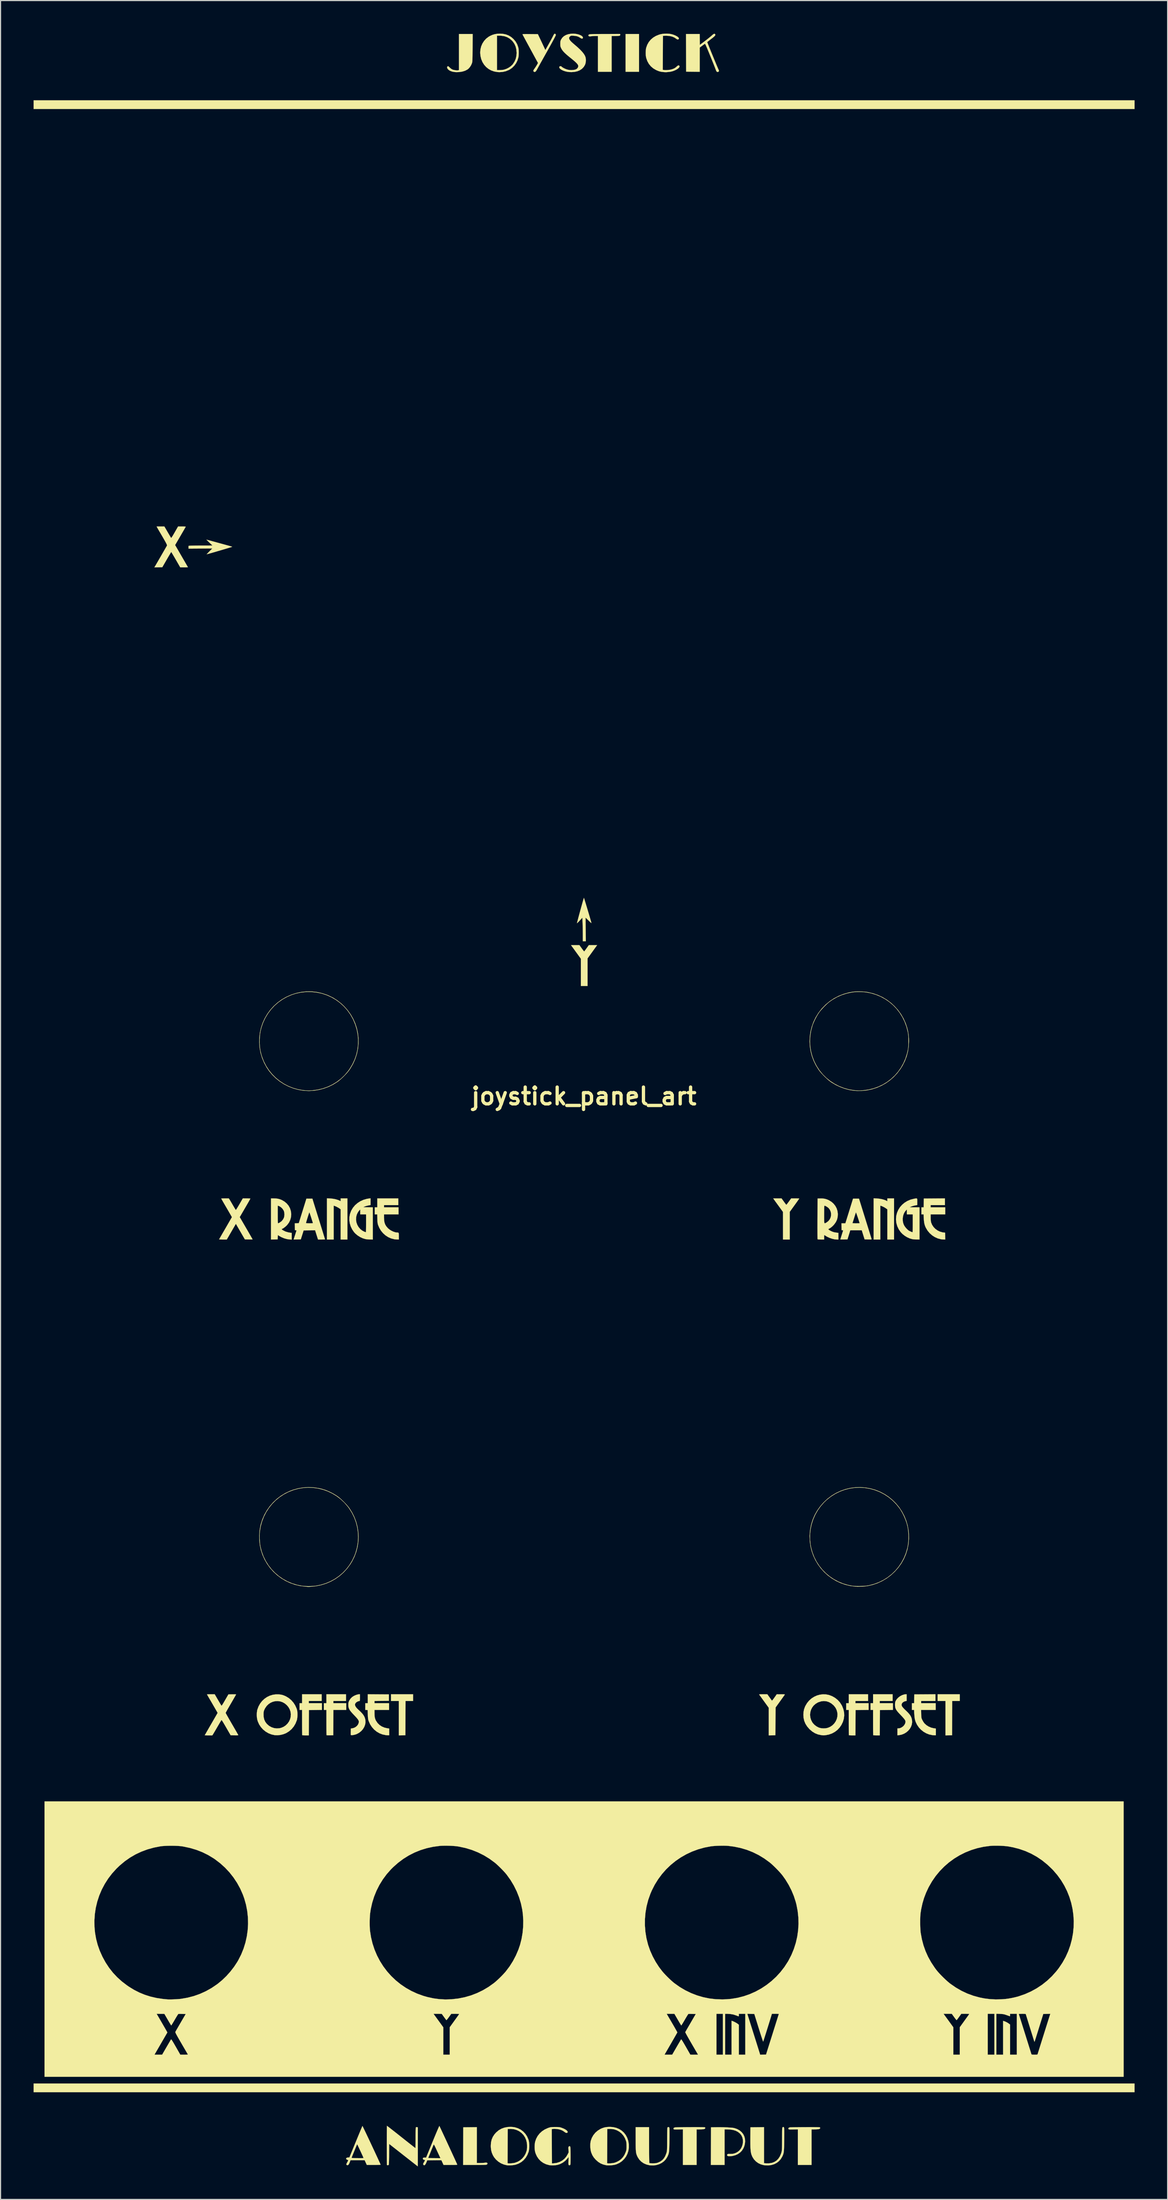
<source format=kicad_pcb>
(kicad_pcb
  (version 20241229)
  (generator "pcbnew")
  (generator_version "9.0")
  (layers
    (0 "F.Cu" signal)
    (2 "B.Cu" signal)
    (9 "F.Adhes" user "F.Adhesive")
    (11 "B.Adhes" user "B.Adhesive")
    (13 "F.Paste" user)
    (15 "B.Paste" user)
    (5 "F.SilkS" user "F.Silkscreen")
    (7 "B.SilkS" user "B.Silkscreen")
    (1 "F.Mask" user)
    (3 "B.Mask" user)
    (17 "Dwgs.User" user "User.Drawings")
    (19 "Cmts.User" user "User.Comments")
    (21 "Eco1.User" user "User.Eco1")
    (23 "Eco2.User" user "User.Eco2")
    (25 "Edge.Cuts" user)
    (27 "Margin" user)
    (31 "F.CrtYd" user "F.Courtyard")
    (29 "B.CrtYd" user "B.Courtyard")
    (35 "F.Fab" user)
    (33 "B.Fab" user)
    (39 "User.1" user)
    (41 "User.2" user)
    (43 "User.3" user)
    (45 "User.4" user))
  (footprint "joystick_panel_art"
    (layer "F.Cu")
    (at 49.992 96.455)
    (property "Reference" "joystick_panel_art" (at 0 0 0) (layer "F.SilkS") (effects (font (size 1.524 1.524) (thickness 0.3))))
    (attr through_hole)
    (fp_poly (pts (xy 5.004 -92.989) (xy 3.785 -92.989) (xy 3.785 -96.418) (xy 5.004 -96.418) (xy 5.004 -92.989)) (stroke (width 0.01) (type solid)) (fill yes) (layer "F.SilkS"))
    (fp_poly (pts (xy 50.013 -89.611) (xy -49.987 -89.611) (xy -49.987 -90.399) (xy 50.013 -90.399) (xy 50.013 -89.611)) (stroke (width 0.01) (type solid)) (fill yes) (layer "F.SilkS"))
    (fp_poly (pts (xy 50.013 90.399) (xy -49.987 90.399) (xy -49.987 89.611) (xy 50.013 89.611) (xy 50.013 90.399)) (stroke (width 0.01) (type solid)) (fill yes) (layer "F.SilkS"))
    (fp_poly (pts (xy -15.519 54.889) (xy -16.205 54.889) (xy -16.218 58.001) (xy -16.815 58.015) (xy -16.815 54.889) (xy -17.526 54.889) (xy -17.526 54.28) (xy -15.519 54.28) (xy -15.519 54.889)) (stroke (width 0.01) (type solid)) (fill yes) (layer "F.SilkS"))
    (fp_poly (pts (xy 34.138 54.889) (xy 33.452 54.889) (xy 33.439 58.001) (xy 32.842 58.015) (xy 32.842 54.889) (xy 32.131 54.889) (xy 32.131 54.28) (xy 34.138 54.28) (xy 34.138 54.889)) (stroke (width 0.01) (type solid)) (fill yes) (layer "F.SilkS"))
    (fp_poly (pts (xy 26.613 9.279) (xy 26.849 9.302) (xy 27.08 9.345) (xy 27.29 9.405) (xy 27.459 9.475) (xy 27.559 9.526) (xy 27.559 9.271) (xy 28.169 9.271) (xy 28.169 13.005) (xy 27.559 13.005) (xy 27.559 10.266) (xy 27.435 10.175) (xy 27.319 10.1) (xy 27.182 10.027) (xy 27.049 9.968) (xy 26.981 9.945) (xy 26.924 9.928) (xy 26.924 13.005) (xy 26.314 13.005) (xy 26.314 9.263) (xy 26.613 9.279)) (stroke (width 0.01) (type solid)) (fill yes) (layer "F.SilkS"))
    (fp_poly (pts (xy -23.044 9.278) (xy -22.802 9.302) (xy -22.567 9.346) (xy -22.354 9.409) (xy -22.198 9.475) (xy -22.098 9.526) (xy -22.098 9.271) (xy -21.488 9.271) (xy -21.488 13.005) (xy -22.098 13.005) (xy -22.098 10.262) (xy -22.206 10.182) (xy -22.296 10.124) (xy -22.412 10.06) (xy -22.533 10.001) (xy -22.639 9.957) (xy -22.676 9.945) (xy -22.733 9.928) (xy -22.733 13.005) (xy -23.343 13.005) (xy -23.343 9.264) (xy -23.044 9.278)) (stroke (width 0.01) (type solid)) (fill yes) (layer "F.SilkS"))
    (fp_poly (pts (xy -9.728 96.825) (xy -9.409 96.825) (xy -9.275 96.823) (xy -9.149 96.816) (xy -9.045 96.808) (xy -8.98 96.797) (xy -8.887 96.787) (xy -8.814 96.803) (xy -8.77 96.838) (xy -8.76 96.886) (xy -8.791 96.939) (xy -8.819 96.963) (xy -8.839 96.973) (xy -8.87 96.981) (xy -8.917 96.988) (xy -8.984 96.993) (xy -9.077 96.997) (xy -9.2 96.999) (xy -9.357 97.001) (xy -9.554 97.002) (xy -9.794 97.003) (xy -9.925 97.003) (xy -10.973 97.003) (xy -10.96 93.586) (xy -9.728 93.573) (xy -9.728 96.825)) (stroke (width 0.01) (type solid)) (fill yes) (layer "F.SilkS"))
    (fp_poly (pts (xy -23.825 54.889) (xy -24.994 54.889) (xy -24.994 55.093) (xy -23.8 55.093) (xy -23.8 55.701) (xy -24.39 55.708) (xy -24.981 55.715) (xy -24.994 58.014) (xy -25.282 58.014) (xy -25.398 58.012) (xy -25.495 58.008) (xy -25.561 58.003) (xy -25.586 57.997) (xy -25.59 57.969) (xy -25.593 57.895) (xy -25.596 57.781) (xy -25.598 57.631) (xy -25.601 57.452) (xy -25.602 57.247) (xy -25.603 57.023) (xy -25.603 56.841) (xy -25.603 55.702) (xy -25.832 55.702) (xy -25.832 55.093) (xy -25.603 55.093) (xy -25.603 54.28) (xy -23.825 54.28) (xy -23.825 54.889)) (stroke (width 0.01) (type solid)) (fill yes) (layer "F.SilkS"))
    (fp_poly (pts (xy -21.615 54.889) (xy -22.758 54.889) (xy -22.758 55.093) (xy -21.59 55.093) (xy -21.59 55.702) (xy -22.758 55.702) (xy -22.764 56.852) (xy -22.771 58.001) (xy -23.065 58.008) (xy -23.182 58.009) (xy -23.28 58.008) (xy -23.349 58.003) (xy -23.376 57.997) (xy -23.379 57.969) (xy -23.383 57.895) (xy -23.386 57.781) (xy -23.388 57.631) (xy -23.391 57.452) (xy -23.392 57.247) (xy -23.393 57.023) (xy -23.393 56.841) (xy -23.393 55.702) (xy -23.622 55.702) (xy -23.622 55.093) (xy -23.393 55.093) (xy -23.393 54.28) (xy -21.615 54.28) (xy -21.615 54.889)) (stroke (width 0.01) (type solid)) (fill yes) (layer "F.SilkS"))
    (fp_poly (pts (xy 25.806 54.889) (xy 24.663 54.889) (xy 24.663 55.093) (xy 25.857 55.093) (xy 25.857 55.701) (xy 25.267 55.708) (xy 24.676 55.715) (xy 24.663 58.014) (xy 24.375 58.014) (xy 24.259 58.012) (xy 24.162 58.008) (xy 24.096 58.003) (xy 24.071 57.997) (xy 24.067 57.969) (xy 24.064 57.895) (xy 24.061 57.781) (xy 24.059 57.631) (xy 24.056 57.452) (xy 24.055 57.247) (xy 24.054 57.023) (xy 24.054 56.841) (xy 24.054 55.702) (xy 23.825 55.702) (xy 23.825 55.093) (xy 24.054 55.093) (xy 24.054 54.28) (xy 25.806 54.28) (xy 25.806 54.889)) (stroke (width 0.01) (type solid)) (fill yes) (layer "F.SilkS"))
    (fp_poly (pts (xy 28.042 54.889) (xy 26.873 54.889) (xy 26.873 55.093) (xy 28.067 55.093) (xy 28.067 55.701) (xy 27.476 55.708) (xy 26.886 55.715) (xy 26.873 58.014) (xy 26.585 58.014) (xy 26.469 58.012) (xy 26.372 58.008) (xy 26.305 58.003) (xy 26.281 57.997) (xy 26.277 57.969) (xy 26.274 57.895) (xy 26.271 57.781) (xy 26.268 57.631) (xy 26.266 57.452) (xy 26.265 57.247) (xy 26.264 57.023) (xy 26.264 56.841) (xy 26.264 55.702) (xy 26.035 55.702) (xy 26.035 55.093) (xy 26.264 55.093) (xy 26.264 54.28) (xy 28.042 54.28) (xy 28.042 54.889)) (stroke (width 0.01) (type solid)) (fill yes) (layer "F.SilkS"))
    (fp_poly (pts (xy -0.202 -13.425) (xy -0.126 -13.321) (xy -0.059 -13.235) (xy -0.009 -13.174) (xy 0.021 -13.145) (xy 0.025 -13.144) (xy 0.045 -13.168) (xy 0.089 -13.225) (xy 0.15 -13.307) (xy 0.223 -13.407) (xy 0.243 -13.435) (xy 0.444 -13.716) (xy 1.198 -13.716) (xy 1.11 -13.595) (xy 1.07 -13.54) (xy 1.005 -13.45) (xy 0.922 -13.335) (xy 0.827 -13.203) (xy 0.724 -13.06) (xy 0.677 -12.995) (xy 0.33 -12.515) (xy 0.33 -10.008) (xy -0.279 -10.008) (xy -0.279 -12.487) (xy -0.638 -12.981) (xy -0.745 -13.127) (xy -0.846 -13.267) (xy -0.937 -13.392) (xy -1.013 -13.496) (xy -1.067 -13.57) (xy -1.085 -13.595) (xy -1.173 -13.716) (xy -0.411 -13.716) (xy -0.202 -13.425)) (stroke (width 0.01) (type solid)) (fill yes) (layer "F.SilkS"))
    (fp_poly (pts (xy 18.159 9.563) (xy 18.235 9.668) (xy 18.302 9.756) (xy 18.352 9.82) (xy 18.382 9.852) (xy 18.386 9.855) (xy 18.406 9.835) (xy 18.45 9.781) (xy 18.511 9.701) (xy 18.585 9.602) (xy 18.614 9.563) (xy 18.826 9.271) (xy 19.192 9.271) (xy 19.322 9.272) (xy 19.431 9.274) (xy 19.512 9.278) (xy 19.554 9.282) (xy 19.558 9.284) (xy 19.544 9.307) (xy 19.503 9.366) (xy 19.441 9.455) (xy 19.359 9.57) (xy 19.263 9.705) (xy 19.155 9.855) (xy 19.126 9.895) (xy 18.694 10.493) (xy 18.694 13.005) (xy 18.085 13.005) (xy 18.084 11.754) (xy 18.083 10.503) (xy 17.714 9.995) (xy 17.607 9.848) (xy 17.506 9.708) (xy 17.415 9.584) (xy 17.341 9.481) (xy 17.289 9.407) (xy 17.269 9.379) (xy 17.193 9.271) (xy 17.949 9.271) (xy 18.159 9.563)) (stroke (width 0.01) (type solid)) (fill yes) (layer "F.SilkS"))
    (fp_poly (pts (xy 16.869 54.574) (xy 17.081 54.868) (xy 17.152 54.784) (xy 17.197 54.726) (xy 17.261 54.64) (xy 17.332 54.541) (xy 17.368 54.491) (xy 17.513 54.282) (xy 17.889 54.281) (xy 18.037 54.281) (xy 18.14 54.283) (xy 18.205 54.288) (xy 18.239 54.296) (xy 18.247 54.308) (xy 18.245 54.314) (xy 18.225 54.343) (xy 18.18 54.408) (xy 18.112 54.502) (xy 18.028 54.621) (xy 17.93 54.757) (xy 17.822 54.906) (xy 17.818 54.912) (xy 17.412 55.475) (xy 17.399 56.738) (xy 17.386 58.001) (xy 16.789 58.015) (xy 16.789 55.509) (xy 16.367 54.926) (xy 16.257 54.774) (xy 16.156 54.635) (xy 16.068 54.513) (xy 15.996 54.415) (xy 15.946 54.347) (xy 15.921 54.313) (xy 15.92 54.312) (xy 15.92 54.299) (xy 15.946 54.29) (xy 16.005 54.284) (xy 16.102 54.281) (xy 16.244 54.28) (xy 16.276 54.28) (xy 16.658 54.28) (xy 16.869 54.574)) (stroke (width 0.01) (type solid)) (fill yes) (layer "F.SilkS"))
    (fp_poly (pts (xy 10.412 93.571) (xy 10.579 93.572) (xy 10.711 93.573) (xy 10.813 93.576) (xy 10.888 93.58) (xy 10.942 93.584) (xy 10.977 93.59) (xy 10.998 93.598) (xy 11.009 93.607) (xy 11.01 93.609) (xy 11.021 93.664) (xy 10.988 93.713) (xy 10.916 93.748) (xy 10.881 93.756) (xy 10.814 93.764) (xy 10.712 93.77) (xy 10.591 93.774) (xy 10.509 93.775) (xy 10.236 93.777) (xy 10.236 97.003) (xy 8.992 97.003) (xy 8.992 93.771) (xy 8.582 93.78) (xy 8.426 93.783) (xy 8.314 93.783) (xy 8.237 93.781) (xy 8.188 93.774) (xy 8.16 93.763) (xy 8.146 93.749) (xy 8.131 93.689) (xy 8.163 93.639) (xy 8.241 93.603) (xy 8.247 93.601) (xy 8.295 93.596) (xy 8.389 93.59) (xy 8.527 93.585) (xy 8.705 93.581) (xy 8.919 93.578) (xy 9.167 93.575) (xy 9.443 93.573) (xy 9.664 93.572) (xy 9.959 93.571) (xy 10.207 93.571) (xy 10.412 93.571)) (stroke (width 0.01) (type solid)) (fill yes) (layer "F.SilkS"))
    (fp_poly (pts (xy 32.791 9.881) (xy 31.496 9.881) (xy 31.496 10.084) (xy 32.817 10.084) (xy 32.817 10.719) (xy 31.496 10.719) (xy 31.496 11.019) (xy 31.502 11.225) (xy 31.52 11.384) (xy 31.536 11.457) (xy 31.625 11.673) (xy 31.756 11.869) (xy 31.922 12.041) (xy 32.118 12.182) (xy 32.336 12.288) (xy 32.569 12.354) (xy 32.652 12.366) (xy 32.804 12.383) (xy 32.811 12.694) (xy 32.818 13.005) (xy 32.684 13.002) (xy 32.577 12.996) (xy 32.466 12.984) (xy 32.43 12.979) (xy 32.148 12.906) (xy 31.88 12.787) (xy 31.631 12.627) (xy 31.408 12.43) (xy 31.216 12.2) (xy 31.06 11.941) (xy 31.052 11.925) (xy 30.987 11.778) (xy 30.94 11.629) (xy 30.906 11.466) (xy 30.883 11.276) (xy 30.869 11.068) (xy 30.853 10.719) (xy 30.658 10.719) (xy 30.658 10.084) (xy 30.86 10.084) (xy 30.874 9.284) (xy 31.833 9.277) (xy 32.791 9.27) (xy 32.791 9.881)) (stroke (width 0.01) (type solid)) (fill yes) (layer "F.SilkS"))
    (fp_poly (pts (xy 3.211 -96.421) (xy 3.263 -96.42) (xy 3.27 -96.42) (xy 3.297 -96.399) (xy 3.301 -96.353) (xy 3.286 -96.302) (xy 3.253 -96.267) (xy 3.21 -96.257) (xy 3.128 -96.249) (xy 3.016 -96.243) (xy 2.888 -96.241) (xy 2.859 -96.241) (xy 2.515 -96.241) (xy 2.515 -92.989) (xy 1.27 -92.989) (xy 1.27 -96.241) (xy 1.048 -96.24) (xy 0.921 -96.237) (xy 0.789 -96.229) (xy 0.68 -96.216) (xy 0.666 -96.214) (xy 0.54 -96.202) (xy 0.456 -96.215) (xy 0.415 -96.253) (xy 0.411 -96.299) (xy 0.416 -96.324) (xy 0.426 -96.344) (xy 0.445 -96.362) (xy 0.476 -96.376) (xy 0.525 -96.388) (xy 0.594 -96.397) (xy 0.687 -96.404) (xy 0.809 -96.409) (xy 0.963 -96.413) (xy 1.153 -96.415) (xy 1.383 -96.417) (xy 1.658 -96.418) (xy 1.892 -96.419) (xy 2.15 -96.419) (xy 2.392 -96.42) (xy 2.615 -96.42) (xy 2.813 -96.42) (xy 2.982 -96.421) (xy 3.116 -96.421) (xy 3.211 -96.421)) (stroke (width 0.01) (type solid)) (fill yes) (layer "F.SilkS"))
    (fp_poly (pts (xy 20.851 93.571) (xy 21.018 93.572) (xy 21.15 93.574) (xy 21.252 93.576) (xy 21.328 93.58) (xy 21.381 93.585) (xy 21.416 93.591) (xy 21.437 93.598) (xy 21.448 93.607) (xy 21.45 93.609) (xy 21.462 93.664) (xy 21.428 93.712) (xy 21.354 93.746) (xy 21.308 93.756) (xy 21.233 93.764) (xy 21.126 93.77) (xy 21.003 93.774) (xy 20.936 93.775) (xy 20.676 93.777) (xy 20.676 97.003) (xy 19.431 97.003) (xy 19.431 93.771) (xy 19.021 93.78) (xy 18.867 93.783) (xy 18.755 93.784) (xy 18.679 93.781) (xy 18.631 93.775) (xy 18.602 93.764) (xy 18.586 93.749) (xy 18.583 93.745) (xy 18.57 93.687) (xy 18.602 93.636) (xy 18.674 93.6) (xy 18.697 93.595) (xy 18.739 93.591) (xy 18.826 93.588) (xy 18.954 93.584) (xy 19.117 93.581) (xy 19.311 93.578) (xy 19.529 93.576) (xy 19.768 93.574) (xy 20.021 93.573) (xy 20.103 93.572) (xy 20.398 93.571) (xy 20.646 93.571) (xy 20.851 93.571)) (stroke (width 0.01) (type solid)) (fill yes) (layer "F.SilkS"))
    (fp_poly (pts (xy -18.675 54.286) (xy -17.716 54.292) (xy -17.716 54.877) (xy -18.371 54.883) (xy -19.025 54.89) (xy -19.025 55.093) (xy -17.704 55.093) (xy -17.704 55.702) (xy -19.025 55.702) (xy -19.024 56.001) (xy -19.019 56.2) (xy -19 56.362) (xy -18.967 56.501) (xy -18.916 56.629) (xy -18.887 56.684) (xy -18.744 56.895) (xy -18.566 57.071) (xy -18.355 57.21) (xy -18.113 57.31) (xy -17.882 57.363) (xy -17.691 57.393) (xy -17.691 58.001) (xy -17.767 58.004) (xy -17.835 58.003) (xy -17.929 57.996) (xy -17.996 57.989) (xy -18.291 57.929) (xy -18.568 57.823) (xy -18.824 57.674) (xy -19.054 57.487) (xy -19.254 57.263) (xy -19.421 57.007) (xy -19.55 56.72) (xy -19.561 56.691) (xy -19.584 56.614) (xy -19.602 56.532) (xy -19.614 56.434) (xy -19.624 56.308) (xy -19.631 56.143) (xy -19.632 56.121) (xy -19.647 55.715) (xy -19.755 55.707) (xy -19.863 55.699) (xy -19.863 55.093) (xy -19.634 55.093) (xy -19.634 54.279) (xy -18.675 54.286)) (stroke (width 0.01) (type solid)) (fill yes) (layer "F.SilkS"))
    (fp_poly (pts (xy -10.115 -95.167) (xy -10.117 -94.883) (xy -10.119 -94.644) (xy -10.121 -94.446) (xy -10.124 -94.285) (xy -10.127 -94.155) (xy -10.131 -94.053) (xy -10.136 -93.973) (xy -10.142 -93.91) (xy -10.149 -93.86) (xy -10.159 -93.817) (xy -10.17 -93.778) (xy -10.18 -93.747) (xy -10.252 -93.583) (xy -10.352 -93.425) (xy -10.469 -93.289) (xy -10.579 -93.198) (xy -10.786 -93.089) (xy -11.026 -93.012) (xy -11.293 -92.967) (xy -11.579 -92.957) (xy -11.735 -92.966) (xy -11.953 -93.003) (xy -12.145 -93.072) (xy -12.268 -93.145) (xy -12.353 -93.222) (xy -12.408 -93.305) (xy -12.428 -93.384) (xy -12.412 -93.45) (xy -12.384 -93.478) (xy -12.355 -93.492) (xy -12.325 -93.489) (xy -12.284 -93.462) (xy -12.224 -93.405) (xy -12.179 -93.361) (xy -12.045 -93.247) (xy -11.921 -93.182) (xy -11.812 -93.152) (xy -11.687 -93.131) (xy -11.565 -93.119) (xy -11.463 -93.12) (xy -11.42 -93.126) (xy -11.354 -93.143) (xy -11.354 -96.418) (xy -10.73 -96.418) (xy -10.106 -96.418) (xy -10.115 -95.167)) (stroke (width 0.01) (type solid)) (fill yes) (layer "F.SilkS"))
    (fp_poly (pts (xy 31.928 54.889) (xy 30.632 54.889) (xy 30.632 55.093) (xy 31.953 55.093) (xy 31.953 55.702) (xy 30.628 55.702) (xy 30.636 56.064) (xy 30.64 56.208) (xy 30.645 56.312) (xy 30.654 56.39) (xy 30.668 56.454) (xy 30.689 56.514) (xy 30.721 56.584) (xy 30.737 56.617) (xy 30.796 56.726) (xy 30.865 56.835) (xy 30.93 56.922) (xy 30.935 56.926) (xy 31.108 57.085) (xy 31.316 57.216) (xy 31.547 57.312) (xy 31.79 57.369) (xy 31.814 57.373) (xy 31.966 57.392) (xy 31.966 58.001) (xy 31.89 58.004) (xy 31.824 58.003) (xy 31.731 57.997) (xy 31.642 57.988) (xy 31.362 57.929) (xy 31.095 57.825) (xy 30.845 57.68) (xy 30.618 57.499) (xy 30.421 57.287) (xy 30.257 57.048) (xy 30.132 56.788) (xy 30.073 56.602) (xy 30.051 56.49) (xy 30.031 56.344) (xy 30.015 56.178) (xy 30.007 56.058) (xy 29.99 55.702) (xy 29.794 55.702) (xy 29.794 55.093) (xy 29.996 55.093) (xy 30.01 54.292) (xy 30.969 54.286) (xy 31.928 54.279) (xy 31.928 54.889)) (stroke (width 0.01) (type solid)) (fill yes) (layer "F.SilkS"))
    (fp_poly (pts (xy -16.866 9.881) (xy -18.161 9.881) (xy -18.161 10.084) (xy -16.84 10.084) (xy -16.84 10.719) (xy -18.161 10.719) (xy -18.161 11.021) (xy -18.15 11.262) (xy -18.114 11.467) (xy -18.05 11.645) (xy -17.953 11.807) (xy -17.819 11.962) (xy -17.771 12.009) (xy -17.638 12.115) (xy -17.482 12.21) (xy -17.315 12.289) (xy -17.152 12.344) (xy -17.007 12.369) (xy -16.977 12.37) (xy -16.911 12.371) (xy -16.866 12.381) (xy -16.838 12.407) (xy -16.823 12.458) (xy -16.816 12.541) (xy -16.815 12.665) (xy -16.815 12.703) (xy -16.815 13.005) (xy -16.961 13.002) (xy -17.071 12.996) (xy -17.186 12.984) (xy -17.234 12.977) (xy -17.514 12.905) (xy -17.78 12.787) (xy -18.024 12.628) (xy -18.244 12.432) (xy -18.434 12.204) (xy -18.588 11.947) (xy -18.688 11.712) (xy -18.715 11.63) (xy -18.734 11.553) (xy -18.747 11.47) (xy -18.756 11.368) (xy -18.762 11.235) (xy -18.765 11.119) (xy -18.776 10.719) (xy -18.999 10.719) (xy -18.999 10.084) (xy -18.771 10.084) (xy -18.771 9.271) (xy -16.866 9.271) (xy -16.866 9.881)) (stroke (width 0.01) (type solid)) (fill yes) (layer "F.SilkS"))
    (fp_poly (pts (xy 0.009 -17.985) (xy 0.03 -17.918) (xy 0.063 -17.815) (xy 0.104 -17.68) (xy 0.153 -17.52) (xy 0.207 -17.34) (xy 0.266 -17.146) (xy 0.326 -16.944) (xy 0.387 -16.74) (xy 0.447 -16.539) (xy 0.503 -16.348) (xy 0.555 -16.172) (xy 0.6 -16.017) (xy 0.637 -15.889) (xy 0.664 -15.793) (xy 0.679 -15.736) (xy 0.682 -15.726) (xy 0.668 -15.728) (xy 0.624 -15.761) (xy 0.557 -15.82) (xy 0.471 -15.901) (xy 0.419 -15.951) (xy 0.147 -16.218) (xy 0.16 -15.145) (xy 0.172 -14.072) (xy -0.102 -14.072) (xy -0.105 -14.751) (xy -0.107 -14.959) (xy -0.109 -15.175) (xy -0.113 -15.386) (xy -0.117 -15.579) (xy -0.121 -15.742) (xy -0.124 -15.821) (xy -0.14 -16.212) (xy -0.378 -15.953) (xy -0.465 -15.861) (xy -0.54 -15.785) (xy -0.595 -15.732) (xy -0.626 -15.709) (xy -0.629 -15.709) (xy -0.626 -15.735) (xy -0.61 -15.804) (xy -0.583 -15.91) (xy -0.547 -16.047) (xy -0.505 -16.21) (xy -0.456 -16.392) (xy -0.403 -16.588) (xy -0.348 -16.791) (xy -0.291 -16.997) (xy -0.236 -17.198) (xy -0.182 -17.39) (xy -0.133 -17.566) (xy -0.089 -17.72) (xy -0.052 -17.848) (xy -0.024 -17.941) (xy -0.006 -17.996) (xy 0 -18.008) (xy 0.009 -17.985)) (stroke (width 0.01) (type solid)) (fill yes) (layer "F.SilkS"))
    (fp_poly (pts (xy 12.58 93.581) (xy 12.824 93.587) (xy 13.053 93.597) (xy 13.261 93.61) (xy 13.44 93.625) (xy 13.583 93.643) (xy 13.678 93.662) (xy 13.927 93.75) (xy 14.144 93.872) (xy 14.324 94.026) (xy 14.467 94.206) (xy 14.569 94.41) (xy 14.628 94.635) (xy 14.641 94.875) (xy 14.63 94.999) (xy 14.603 95.16) (xy 14.567 95.295) (xy 14.515 95.426) (xy 14.471 95.519) (xy 14.344 95.713) (xy 14.178 95.88) (xy 13.978 96.017) (xy 13.75 96.12) (xy 13.499 96.186) (xy 13.325 96.207) (xy 13.186 96.212) (xy 13.09 96.201) (xy 13.033 96.173) (xy 13.007 96.127) (xy 13.005 96.099) (xy 13.022 96.044) (xy 13.077 96.011) (xy 13.172 95.999) (xy 13.274 96.004) (xy 13.497 95.999) (xy 13.712 95.947) (xy 13.911 95.853) (xy 14.088 95.721) (xy 14.234 95.555) (xy 14.326 95.395) (xy 14.406 95.174) (xy 14.444 94.949) (xy 14.44 94.729) (xy 14.395 94.521) (xy 14.31 94.331) (xy 14.187 94.167) (xy 14.175 94.156) (xy 13.997 94.01) (xy 13.786 93.9) (xy 13.541 93.826) (xy 13.261 93.785) (xy 13.044 93.777) (xy 12.776 93.777) (xy 12.776 97.003) (xy 11.531 97.003) (xy 11.544 93.586) (xy 12.078 93.579) (xy 12.329 93.578) (xy 12.58 93.581)) (stroke (width 0.01) (type solid)) (fill yes) (layer "F.SilkS"))
    (fp_poly (pts (xy -34.255 -50.514) (xy -34.186 -50.496) (xy -34.079 -50.467) (xy -33.941 -50.43) (xy -33.778 -50.385) (xy -33.596 -50.336) (xy -33.399 -50.282) (xy -33.195 -50.226) (xy -32.99 -50.17) (xy -32.788 -50.114) (xy -32.596 -50.062) (xy -32.42 -50.013) (xy -32.266 -49.971) (xy -32.14 -49.935) (xy -32.047 -49.909) (xy -31.996 -49.895) (xy -31.962 -49.879) (xy -31.96 -49.87) (xy -31.987 -49.86) (xy -32.056 -49.837) (xy -32.162 -49.805) (xy -32.299 -49.763) (xy -32.461 -49.715) (xy -32.643 -49.661) (xy -32.838 -49.603) (xy -33.04 -49.544) (xy -33.245 -49.484) (xy -33.446 -49.425) (xy -33.638 -49.37) (xy -33.814 -49.319) (xy -33.969 -49.275) (xy -34.097 -49.24) (xy -34.193 -49.213) (xy -34.25 -49.199) (xy -34.265 -49.197) (xy -34.248 -49.219) (xy -34.201 -49.27) (xy -34.131 -49.344) (xy -34.045 -49.432) (xy -34.011 -49.466) (xy -33.757 -49.721) (xy -34.837 -49.713) (xy -35.916 -49.706) (xy -35.916 -49.955) (xy -35.798 -49.971) (xy -35.746 -49.975) (xy -35.65 -49.978) (xy -35.516 -49.981) (xy -35.35 -49.984) (xy -35.159 -49.986) (xy -34.95 -49.988) (xy -34.729 -49.988) (xy -34.712 -49.988) (xy -33.744 -49.99) (xy -34.022 -50.255) (xy -34.117 -50.347) (xy -34.195 -50.425) (xy -34.251 -50.483) (xy -34.28 -50.516) (xy -34.281 -50.521) (xy -34.255 -50.514)) (stroke (width 0.01) (type solid)) (fill yes) (layer "F.SilkS"))
    (fp_poly (pts (xy -19.38 9.873) (xy -19.594 9.915) (xy -19.712 9.942) (xy -19.827 9.975) (xy -19.919 10.009) (xy -19.93 10.014) (xy -20.053 10.071) (xy -19.615 10.078) (xy -19.177 10.085) (xy -19.177 13.005) (xy -19.425 13.003) (xy -19.558 12.998) (xy -19.698 12.986) (xy -19.819 12.969) (xy -19.85 12.964) (xy -20.087 12.893) (xy -20.325 12.782) (xy -20.551 12.639) (xy -20.752 12.474) (xy -20.881 12.335) (xy -21.054 12.083) (xy -21.184 11.814) (xy -21.268 11.534) (xy -21.308 11.247) (xy -21.307 11.225) (xy -20.702 11.225) (xy -20.665 11.454) (xy -20.587 11.674) (xy -20.469 11.877) (xy -20.315 12.055) (xy -20.171 12.173) (xy -20.094 12.22) (xy -20.002 12.268) (xy -19.912 12.309) (xy -19.838 12.336) (xy -19.806 12.343) (xy -19.801 12.319) (xy -19.797 12.25) (xy -19.793 12.143) (xy -19.79 12.002) (xy -19.788 11.835) (xy -19.787 11.647) (xy -19.787 11.532) (xy -19.787 10.719) (xy -20.32 10.719) (xy -20.32 10.279) (xy -20.374 10.328) (xy -20.462 10.427) (xy -20.547 10.56) (xy -20.619 10.711) (xy -20.641 10.767) (xy -20.695 10.993) (xy -20.702 11.225) (xy -21.307 11.225) (xy -21.301 10.959) (xy -21.247 10.675) (xy -21.146 10.402) (xy -21.135 10.379) (xy -20.983 10.122) (xy -20.79 9.892) (xy -20.563 9.693) (xy -20.305 9.528) (xy -20.023 9.401) (xy -19.721 9.314) (xy -19.526 9.282) (xy -19.38 9.265) (xy -19.38 9.873)) (stroke (width 0.01) (type solid)) (fill yes) (layer "F.SilkS"))
    (fp_poly (pts (xy 29.312 54.884) (xy 29.216 54.901) (xy 29.081 54.944) (xy 28.97 55.013) (xy 28.893 55.102) (xy 28.856 55.203) (xy 28.854 55.232) (xy 28.862 55.295) (xy 28.886 55.361) (xy 28.933 55.434) (xy 29.005 55.521) (xy 29.108 55.629) (xy 29.245 55.762) (xy 29.259 55.774) (xy 29.423 55.935) (xy 29.55 56.076) (xy 29.646 56.205) (xy 29.715 56.33) (xy 29.764 56.46) (xy 29.797 56.598) (xy 29.812 56.815) (xy 29.781 57.028) (xy 29.708 57.233) (xy 29.596 57.423) (xy 29.45 57.594) (xy 29.274 57.742) (xy 29.073 57.861) (xy 28.85 57.947) (xy 28.61 57.994) (xy 28.594 57.996) (xy 28.473 58.007) (xy 28.473 57.379) (xy 28.558 57.379) (xy 28.706 57.356) (xy 28.85 57.295) (xy 28.981 57.203) (xy 29.089 57.087) (xy 29.168 56.957) (xy 29.207 56.819) (xy 29.21 56.772) (xy 29.203 56.713) (xy 29.178 56.648) (xy 29.133 56.573) (xy 29.062 56.481) (xy 28.963 56.367) (xy 28.832 56.227) (xy 28.783 56.176) (xy 28.626 56.011) (xy 28.503 55.872) (xy 28.41 55.752) (xy 28.343 55.645) (xy 28.299 55.544) (xy 28.272 55.441) (xy 28.26 55.328) (xy 28.258 55.233) (xy 28.261 55.11) (xy 28.271 55.02) (xy 28.29 54.946) (xy 28.32 54.877) (xy 28.421 54.72) (xy 28.559 54.577) (xy 28.724 54.454) (xy 28.904 54.359) (xy 29.088 54.299) (xy 29.242 54.28) (xy 29.312 54.28) (xy 29.312 54.884)) (stroke (width 0.01) (type solid)) (fill yes) (layer "F.SilkS"))
    (fp_poly (pts (xy -28.2 9.271) (xy -27.974 9.279) (xy -27.781 9.306) (xy -27.606 9.354) (xy -27.445 9.42) (xy -27.2 9.563) (xy -26.994 9.736) (xy -26.828 9.937) (xy -26.704 10.163) (xy -26.625 10.411) (xy -26.591 10.679) (xy -26.59 10.722) (xy -26.613 10.986) (xy -26.683 11.238) (xy -26.799 11.473) (xy -26.958 11.685) (xy -26.993 11.722) (xy -27.075 11.8) (xy -27.169 11.877) (xy -27.262 11.948) (xy -27.346 12.003) (xy -27.409 12.035) (xy -27.431 12.04) (xy -27.458 12.051) (xy -27.445 12.082) (xy -27.394 12.129) (xy -27.338 12.167) (xy -27.116 12.279) (xy -26.862 12.354) (xy -26.742 12.375) (xy -26.543 12.403) (xy -26.543 13.012) (xy -26.758 12.997) (xy -26.99 12.962) (xy -27.234 12.893) (xy -27.469 12.795) (xy -27.616 12.716) (xy -27.8 12.603) (xy -27.813 12.798) (xy -27.826 12.992) (xy -28.423 13.006) (xy -28.423 10.73) (xy -27.813 10.73) (xy -27.813 10.963) (xy -27.811 11.149) (xy -27.809 11.293) (xy -27.805 11.399) (xy -27.8 11.471) (xy -27.793 11.514) (xy -27.784 11.531) (xy -27.781 11.531) (xy -27.743 11.519) (xy -27.678 11.488) (xy -27.619 11.456) (xy -27.458 11.336) (xy -27.33 11.18) (xy -27.252 11.026) (xy -27.216 10.883) (xy -27.205 10.721) (xy -27.218 10.56) (xy -27.254 10.418) (xy -27.275 10.37) (xy -27.378 10.214) (xy -27.509 10.083) (xy -27.656 9.985) (xy -27.756 9.945) (xy -27.813 9.928) (xy -27.813 10.73) (xy -28.423 10.73) (xy -28.423 9.271) (xy -28.2 9.271)) (stroke (width 0.01) (type solid)) (fill yes) (layer "F.SilkS"))
    (fp_poly (pts (xy -7.345 -96.431) (xy -7.076 -96.375) (xy -6.832 -96.279) (xy -6.607 -96.141) (xy -6.397 -95.96) (xy -6.213 -95.741) (xy -6.069 -95.495) (xy -5.971 -95.227) (xy -5.958 -95.174) (xy -5.934 -95.028) (xy -5.922 -94.85) (xy -5.921 -94.66) (xy -5.93 -94.475) (xy -5.951 -94.313) (xy -5.959 -94.277) (xy -6.04 -94.015) (xy -6.163 -93.77) (xy -6.323 -93.548) (xy -6.512 -93.357) (xy -6.727 -93.203) (xy -6.833 -93.147) (xy -7.111 -93.038) (xy -7.391 -92.975) (xy -7.682 -92.957) (xy -7.864 -92.967) (xy -8.155 -93.018) (xy -8.424 -93.113) (xy -8.668 -93.249) (xy -8.884 -93.423) (xy -9.068 -93.632) (xy -9.218 -93.872) (xy -9.329 -94.142) (xy -9.4 -94.436) (xy -9.4 -94.441) (xy -9.423 -94.737) (xy -9.4 -95.025) (xy -9.332 -95.299) (xy -9.222 -95.554) (xy -9.073 -95.786) (xy -8.887 -95.991) (xy -8.665 -96.163) (xy -8.531 -96.241) (xy -8.475 -96.266) (xy -7.899 -96.266) (xy -7.899 -93.142) (xy -7.664 -93.142) (xy -7.536 -93.147) (xy -7.403 -93.159) (xy -7.292 -93.176) (xy -7.269 -93.18) (xy -7.05 -93.252) (xy -6.838 -93.358) (xy -6.646 -93.491) (xy -6.488 -93.643) (xy -6.447 -93.694) (xy -6.295 -93.931) (xy -6.189 -94.182) (xy -6.13 -94.453) (xy -6.114 -94.704) (xy -6.136 -95.001) (xy -6.202 -95.273) (xy -6.311 -95.519) (xy -6.465 -95.74) (xy -6.552 -95.835) (xy -6.759 -96.008) (xy -6.989 -96.137) (xy -7.243 -96.221) (xy -7.522 -96.262) (xy -7.651 -96.266) (xy -7.899 -96.266) (xy -8.475 -96.266) (xy -8.311 -96.34) (xy -8.093 -96.406) (xy -7.862 -96.44) (xy -7.645 -96.449) (xy -7.345 -96.431)) (stroke (width 0.01) (type solid)) (fill yes) (layer "F.SilkS"))
    (fp_poly (pts (xy 30.238 9.279) (xy 30.265 9.312) (xy 30.276 9.378) (xy 30.277 9.482) (xy 30.277 9.573) (xy 30.277 9.874) (xy 30.067 9.913) (xy 29.947 9.94) (xy 29.824 9.976) (xy 29.725 10.012) (xy 29.718 10.016) (xy 29.578 10.08) (xy 30.029 10.082) (xy 30.48 10.084) (xy 30.48 13.005) (xy 30.232 13.002) (xy 30.099 12.997) (xy 29.96 12.986) (xy 29.839 12.971) (xy 29.808 12.965) (xy 29.585 12.9) (xy 29.357 12.796) (xy 29.137 12.661) (xy 28.938 12.504) (xy 28.776 12.335) (xy 28.597 12.076) (xy 28.466 11.801) (xy 28.382 11.512) (xy 28.347 11.211) (xy 28.346 11.151) (xy 28.347 11.149) (xy 28.957 11.149) (xy 28.966 11.333) (xy 28.994 11.49) (xy 29.047 11.642) (xy 29.074 11.701) (xy 29.137 11.808) (xy 29.226 11.927) (xy 29.33 12.043) (xy 29.433 12.14) (xy 29.506 12.194) (xy 29.571 12.23) (xy 29.656 12.27) (xy 29.742 12.307) (xy 29.813 12.334) (xy 29.851 12.343) (xy 29.856 12.319) (xy 29.86 12.25) (xy 29.864 12.143) (xy 29.867 12.002) (xy 29.869 11.835) (xy 29.87 11.647) (xy 29.87 11.532) (xy 29.87 10.719) (xy 29.337 10.719) (xy 29.337 10.277) (xy 29.259 10.352) (xy 29.141 10.497) (xy 29.048 10.677) (xy 28.986 10.88) (xy 28.958 11.094) (xy 28.957 11.149) (xy 28.347 11.149) (xy 28.371 10.856) (xy 28.442 10.575) (xy 28.556 10.311) (xy 28.709 10.069) (xy 28.9 9.852) (xy 29.124 9.663) (xy 29.377 9.508) (xy 29.658 9.388) (xy 29.961 9.309) (xy 29.972 9.307) (xy 30.099 9.284) (xy 30.185 9.272) (xy 30.238 9.279)) (stroke (width 0.01) (type solid)) (fill yes) (layer "F.SilkS"))
    (fp_poly (pts (xy -20.345 54.585) (xy -20.347 54.722) (xy -20.352 54.815) (xy -20.361 54.869) (xy -20.374 54.889) (xy -20.377 54.89) (xy -20.473 54.906) (xy -20.58 54.95) (xy -20.675 55.009) (xy -20.688 55.02) (xy -20.764 55.107) (xy -20.797 55.2) (xy -20.786 55.302) (xy -20.732 55.415) (xy -20.632 55.543) (xy -20.486 55.687) (xy -20.463 55.707) (xy -20.278 55.88) (xy -20.132 56.036) (xy -20.021 56.183) (xy -19.94 56.326) (xy -19.885 56.473) (xy -19.854 56.609) (xy -19.842 56.825) (xy -19.877 57.039) (xy -19.955 57.246) (xy -20.071 57.439) (xy -20.222 57.613) (xy -20.405 57.762) (xy -20.615 57.88) (xy -20.694 57.912) (xy -20.796 57.944) (xy -20.905 57.97) (xy -21.009 57.987) (xy -21.096 57.993) (xy -21.156 57.988) (xy -21.174 57.976) (xy -21.178 57.94) (xy -21.18 57.865) (xy -21.18 57.762) (xy -21.178 57.669) (xy -21.171 57.392) (xy -21.05 57.375) (xy -20.883 57.33) (xy -20.734 57.251) (xy -20.608 57.144) (xy -20.514 57.016) (xy -20.459 56.875) (xy -20.447 56.775) (xy -20.454 56.715) (xy -20.478 56.65) (xy -20.522 56.575) (xy -20.591 56.485) (xy -20.689 56.373) (xy -20.818 56.234) (xy -20.871 56.179) (xy -21.029 56.012) (xy -21.153 55.87) (xy -21.247 55.749) (xy -21.315 55.64) (xy -21.36 55.537) (xy -21.386 55.433) (xy -21.398 55.321) (xy -21.399 55.246) (xy -21.397 55.126) (xy -21.386 55.036) (xy -21.363 54.957) (xy -21.332 54.885) (xy -21.216 54.697) (xy -21.062 54.54) (xy -20.901 54.433) (xy -20.758 54.366) (xy -20.612 54.315) (xy -20.48 54.285) (xy -20.415 54.28) (xy -20.345 54.28) (xy -20.345 54.585)) (stroke (width 0.01) (type solid)) (fill yes) (layer "F.SilkS"))
    (fp_poly (pts (xy -6.556 93.553) (xy -6.415 93.565) (xy -6.292 93.583) (xy -6.266 93.589) (xy -5.991 93.675) (xy -5.739 93.803) (xy -5.516 93.972) (xy -5.324 94.175) (xy -5.167 94.411) (xy -5.05 94.675) (xy -5.013 94.793) (xy -4.983 94.951) (xy -4.967 95.138) (xy -4.965 95.339) (xy -4.976 95.535) (xy -5.001 95.711) (xy -5.025 95.809) (xy -5.138 96.094) (xy -5.288 96.346) (xy -5.472 96.562) (xy -5.689 96.741) (xy -5.938 96.881) (xy -6.198 96.976) (xy -6.354 97.009) (xy -6.537 97.031) (xy -6.725 97.042) (xy -6.899 97.04) (xy -7.011 97.028) (xy -7.284 96.96) (xy -7.543 96.849) (xy -7.546 96.847) (xy -6.935 96.847) (xy -6.877 96.859) (xy -6.807 96.864) (xy -6.702 96.862) (xy -6.579 96.854) (xy -6.452 96.84) (xy -6.338 96.822) (xy -6.275 96.808) (xy -6.028 96.718) (xy -5.802 96.586) (xy -5.602 96.415) (xy -5.433 96.213) (xy -5.301 95.983) (xy -5.209 95.731) (xy -5.191 95.656) (xy -5.163 95.434) (xy -5.164 95.191) (xy -5.194 94.95) (xy -5.242 94.755) (xy -5.348 94.505) (xy -5.492 94.285) (xy -5.672 94.097) (xy -5.881 93.944) (xy -6.115 93.83) (xy -6.369 93.757) (xy -6.639 93.73) (xy -6.718 93.731) (xy -6.921 93.739) (xy -6.928 95.293) (xy -6.935 96.847) (xy -7.546 96.847) (xy -7.781 96.698) (xy -7.99 96.513) (xy -8.166 96.299) (xy -8.275 96.112) (xy -8.369 95.888) (xy -8.429 95.658) (xy -8.457 95.408) (xy -8.461 95.263) (xy -8.442 94.967) (xy -8.381 94.699) (xy -8.277 94.454) (xy -8.128 94.226) (xy -7.975 94.054) (xy -7.752 93.864) (xy -7.504 93.719) (xy -7.231 93.618) (xy -6.934 93.561) (xy -6.69 93.548) (xy -6.556 93.553)) (stroke (width 0.01) (type solid)) (fill yes) (layer "F.SilkS"))
    (fp_poly (pts (xy 7.727 -96.44) (xy 7.874 -96.42) (xy 8.038 -96.381) (xy 8.195 -96.328) (xy 8.337 -96.266) (xy 8.459 -96.199) (xy 8.552 -96.131) (xy 8.61 -96.065) (xy 8.628 -96.005) (xy 8.625 -95.992) (xy 8.586 -95.935) (xy 8.524 -95.918) (xy 8.447 -95.942) (xy 8.387 -95.984) (xy 8.209 -96.104) (xy 7.997 -96.191) (xy 7.754 -96.244) (xy 7.486 -96.261) (xy 7.434 -96.261) (xy 7.176 -96.253) (xy 7.162 -93.173) (xy 7.22 -93.158) (xy 7.31 -93.145) (xy 7.433 -93.141) (xy 7.575 -93.146) (xy 7.72 -93.159) (xy 7.851 -93.179) (xy 7.906 -93.191) (xy 8.076 -93.242) (xy 8.211 -93.301) (xy 8.327 -93.376) (xy 8.421 -93.459) (xy 8.508 -93.534) (xy 8.574 -93.569) (xy 8.627 -93.565) (xy 8.656 -93.543) (xy 8.684 -93.486) (xy 8.669 -93.419) (xy 8.616 -93.347) (xy 8.53 -93.272) (xy 8.419 -93.199) (xy 8.286 -93.13) (xy 8.139 -93.07) (xy 7.983 -93.021) (xy 7.823 -92.988) (xy 7.734 -92.977) (xy 7.634 -92.968) (xy 7.547 -92.96) (xy 7.493 -92.955) (xy 7.438 -92.954) (xy 7.349 -92.957) (xy 7.245 -92.964) (xy 7.226 -92.966) (xy 7.051 -92.986) (xy 6.902 -93.016) (xy 6.759 -93.061) (xy 6.603 -93.127) (xy 6.531 -93.161) (xy 6.286 -93.308) (xy 6.074 -93.491) (xy 5.897 -93.708) (xy 5.76 -93.955) (xy 5.663 -94.228) (xy 5.637 -94.345) (xy 5.62 -94.471) (xy 5.613 -94.626) (xy 5.613 -94.792) (xy 5.621 -94.953) (xy 5.637 -95.091) (xy 5.652 -95.161) (xy 5.749 -95.436) (xy 5.888 -95.684) (xy 6.066 -95.902) (xy 6.282 -96.088) (xy 6.533 -96.24) (xy 6.817 -96.356) (xy 6.947 -96.394) (xy 7.117 -96.427) (xy 7.317 -96.445) (xy 7.526 -96.45) (xy 7.727 -96.44)) (stroke (width 0.01) (type solid)) (fill yes) (layer "F.SilkS"))
    (fp_poly (pts (xy 18.138 93.567) (xy 18.156 93.583) (xy 18.167 93.597) (xy 18.175 93.619) (xy 18.182 93.654) (xy 18.187 93.706) (xy 18.191 93.781) (xy 18.193 93.882) (xy 18.194 94.015) (xy 18.194 94.185) (xy 18.193 94.395) (xy 18.191 94.652) (xy 18.191 94.66) (xy 18.188 94.947) (xy 18.185 95.188) (xy 18.18 95.39) (xy 18.174 95.557) (xy 18.165 95.695) (xy 18.152 95.81) (xy 18.136 95.908) (xy 18.116 95.993) (xy 18.09 96.071) (xy 18.059 96.148) (xy 18.022 96.229) (xy 18.012 96.25) (xy 17.876 96.475) (xy 17.705 96.666) (xy 17.504 96.819) (xy 17.275 96.935) (xy 17.022 97.011) (xy 16.75 97.045) (xy 16.462 97.037) (xy 16.308 97.015) (xy 16.053 96.944) (xy 15.821 96.83) (xy 15.615 96.677) (xy 15.44 96.489) (xy 15.303 96.271) (xy 15.225 96.087) (xy 15.197 95.993) (xy 15.173 95.892) (xy 15.154 95.778) (xy 15.14 95.646) (xy 15.129 95.491) (xy 15.122 95.307) (xy 15.118 95.089) (xy 15.117 94.831) (xy 15.118 94.528) (xy 15.118 94.501) (xy 15.126 93.586) (xy 16.358 93.573) (xy 16.358 96.843) (xy 16.54 96.856) (xy 16.822 96.857) (xy 17.074 96.815) (xy 17.298 96.732) (xy 17.493 96.607) (xy 17.658 96.44) (xy 17.795 96.231) (xy 17.903 95.981) (xy 17.94 95.863) (xy 17.953 95.812) (xy 17.964 95.762) (xy 17.973 95.706) (xy 17.981 95.64) (xy 17.986 95.558) (xy 17.99 95.455) (xy 17.993 95.324) (xy 17.995 95.161) (xy 17.997 94.959) (xy 17.998 94.714) (xy 17.999 94.641) (xy 18 94.386) (xy 18.001 94.176) (xy 18.003 94.008) (xy 18.005 93.877) (xy 18.008 93.777) (xy 18.012 93.704) (xy 18.018 93.653) (xy 18.025 93.62) (xy 18.034 93.599) (xy 18.045 93.586) (xy 18.058 93.577) (xy 18.104 93.554) (xy 18.138 93.567)) (stroke (width 0.01) (type solid)) (fill yes) (layer "F.SilkS"))
    (fp_poly (pts (xy 11.899 -96.417) (xy 11.921 -96.389) (xy 11.935 -96.35) (xy 11.926 -96.306) (xy 11.891 -96.253) (xy 11.826 -96.186) (xy 11.727 -96.101) (xy 11.59 -95.994) (xy 11.546 -95.961) (xy 11.433 -95.874) (xy 11.335 -95.796) (xy 11.26 -95.734) (xy 11.213 -95.692) (xy 11.201 -95.677) (xy 11.211 -95.648) (xy 11.237 -95.578) (xy 11.279 -95.472) (xy 11.334 -95.336) (xy 11.399 -95.174) (xy 11.473 -94.993) (xy 11.552 -94.798) (xy 11.636 -94.593) (xy 11.721 -94.386) (xy 11.806 -94.18) (xy 11.888 -93.982) (xy 11.965 -93.797) (xy 12.034 -93.63) (xy 12.094 -93.488) (xy 12.143 -93.374) (xy 12.177 -93.295) (xy 12.189 -93.269) (xy 12.235 -93.169) (xy 12.259 -93.104) (xy 12.264 -93.06) (xy 12.249 -93.028) (xy 12.228 -93.004) (xy 12.163 -92.967) (xy 12.094 -92.98) (xy 12.056 -93.011) (xy 12.027 -93.057) (xy 11.991 -93.136) (xy 11.955 -93.23) (xy 11.954 -93.233) (xy 11.932 -93.293) (xy 11.893 -93.394) (xy 11.839 -93.531) (xy 11.773 -93.698) (xy 11.696 -93.889) (xy 11.612 -94.098) (xy 11.522 -94.32) (xy 11.455 -94.482) (xy 11.352 -94.736) (xy 11.265 -94.945) (xy 11.194 -95.116) (xy 11.137 -95.251) (xy 11.092 -95.354) (xy 11.056 -95.429) (xy 11.029 -95.48) (xy 11.009 -95.511) (xy 10.993 -95.526) (xy 10.98 -95.528) (xy 10.971 -95.524) (xy 10.932 -95.495) (xy 10.863 -95.444) (xy 10.777 -95.38) (xy 10.722 -95.339) (xy 10.517 -95.186) (xy 10.516 -94.087) (xy 10.516 -92.988) (xy 9.9 -92.995) (xy 9.284 -93.002) (xy 9.271 -96.418) (xy 10.515 -96.418) (xy 10.521 -95.924) (xy 10.528 -95.429) (xy 10.986 -95.775) (xy 11.131 -95.886) (xy 11.274 -95.999) (xy 11.406 -96.105) (xy 11.518 -96.198) (xy 11.601 -96.269) (xy 11.616 -96.284) (xy 11.719 -96.373) (xy 11.796 -96.424) (xy 11.854 -96.438) (xy 11.899 -96.417)) (stroke (width 0.01) (type solid)) (fill yes) (layer "F.SilkS"))
    (fp_poly (pts (xy -2.571 -96.397) (xy -2.553 -96.328) (xy -2.553 -96.326) (xy -2.566 -96.286) (xy -2.605 -96.203) (xy -2.669 -96.075) (xy -2.759 -95.905) (xy -2.875 -95.691) (xy -3.017 -95.433) (xy -3.184 -95.133) (xy -3.376 -94.789) (xy -3.382 -94.78) (xy -3.525 -94.525) (xy -3.663 -94.28) (xy -3.792 -94.048) (xy -3.911 -93.836) (xy -4.017 -93.645) (xy -4.109 -93.481) (xy -4.183 -93.347) (xy -4.237 -93.248) (xy -4.27 -93.187) (xy -4.276 -93.175) (xy -4.346 -93.06) (xy -4.417 -92.991) (xy -4.485 -92.969) (xy -4.548 -92.995) (xy -4.557 -93.004) (xy -4.589 -93.049) (xy -4.591 -93.101) (xy -4.562 -93.169) (xy -4.498 -93.262) (xy -4.493 -93.269) (xy -4.434 -93.352) (xy -4.371 -93.448) (xy -4.308 -93.549) (xy -4.251 -93.644) (xy -4.207 -93.724) (xy -4.18 -93.78) (xy -4.176 -93.8) (xy -4.2 -93.842) (xy -4.244 -93.922) (xy -4.306 -94.035) (xy -4.383 -94.176) (xy -4.472 -94.34) (xy -4.572 -94.523) (xy -4.678 -94.719) (xy -4.79 -94.924) (xy -4.903 -95.133) (xy -5.016 -95.341) (xy -5.126 -95.542) (xy -5.23 -95.734) (xy -5.325 -95.909) (xy -5.409 -96.065) (xy -5.479 -96.195) (xy -5.533 -96.294) (xy -5.567 -96.359) (xy -5.58 -96.384) (xy -5.577 -96.395) (xy -5.556 -96.403) (xy -5.512 -96.408) (xy -5.44 -96.412) (xy -5.335 -96.414) (xy -5.191 -96.415) (xy -5.004 -96.413) (xy -4.889 -96.412) (xy -4.185 -96.406) (xy -3.944 -95.898) (xy -3.866 -95.733) (xy -3.789 -95.57) (xy -3.717 -95.417) (xy -3.656 -95.287) (xy -3.611 -95.19) (xy -3.604 -95.175) (xy -3.504 -94.961) (xy -3.197 -95.505) (xy -3.106 -95.668) (xy -3.018 -95.828) (xy -2.939 -95.976) (xy -2.872 -96.102) (xy -2.823 -96.198) (xy -2.805 -96.235) (xy -2.76 -96.324) (xy -2.717 -96.394) (xy -2.683 -96.432) (xy -2.678 -96.435) (xy -2.617 -96.437) (xy -2.571 -96.397)) (stroke (width 0.01) (type solid)) (fill yes) (layer "F.SilkS"))
    (fp_poly (pts (xy -24.629 9.417) (xy -24.616 9.461) (xy -24.588 9.549) (xy -24.549 9.678) (xy -24.497 9.842) (xy -24.437 10.038) (xy -24.367 10.261) (xy -24.29 10.507) (xy -24.208 10.772) (xy -24.12 11.052) (xy -24.057 11.256) (xy -23.968 11.54) (xy -23.884 11.81) (xy -23.806 12.062) (xy -23.734 12.292) (xy -23.671 12.496) (xy -23.618 12.67) (xy -23.574 12.81) (xy -23.543 12.913) (xy -23.525 12.974) (xy -23.52 12.99) (xy -23.544 12.995) (xy -23.609 13) (xy -23.706 13.003) (xy -23.824 13.005) (xy -23.837 13.005) (xy -24.154 13.005) (xy -24.419 12.166) (xy -25.461 12.179) (xy -25.719 12.992) (xy -26.369 13.006) (xy -26.351 12.948) (xy -26.337 12.904) (xy -26.311 12.821) (xy -26.276 12.712) (xy -26.235 12.586) (xy -26.222 12.544) (xy -26.183 12.42) (xy -26.149 12.313) (xy -26.125 12.233) (xy -26.112 12.189) (xy -26.111 12.184) (xy -26.133 12.171) (xy -26.181 12.162) (xy -26.251 12.154) (xy -26.265 11.534) (xy -26.083 11.526) (xy -25.9 11.519) (xy -25.895 11.503) (xy -25.248 11.503) (xy -25.227 11.516) (xy -25.164 11.525) (xy -25.056 11.53) (xy -24.927 11.532) (xy -24.789 11.53) (xy -24.696 11.526) (xy -24.641 11.519) (xy -24.619 11.508) (xy -24.619 11.5) (xy -24.63 11.467) (xy -24.653 11.393) (xy -24.687 11.287) (xy -24.728 11.156) (xy -24.774 11.009) (xy -24.78 10.992) (xy -24.826 10.848) (xy -24.868 10.723) (xy -24.903 10.624) (xy -24.929 10.559) (xy -24.944 10.535) (xy -24.945 10.535) (xy -24.957 10.565) (xy -24.981 10.633) (xy -25.014 10.732) (xy -25.053 10.852) (xy -25.095 10.984) (xy -25.136 11.118) (xy -25.175 11.245) (xy -25.208 11.356) (xy -25.233 11.442) (xy -25.246 11.494) (xy -25.248 11.503) (xy -25.895 11.503) (xy -25.555 10.408) (xy -25.209 9.296) (xy -24.937 9.296) (xy -24.665 9.296) (xy -24.629 9.417)) (stroke (width 0.01) (type solid)) (fill yes) (layer "F.SilkS"))
    (fp_poly (pts (xy 2.662 93.571) (xy 2.947 93.639) (xy 3.206 93.748) (xy 3.437 93.896) (xy 3.638 94.08) (xy 3.805 94.299) (xy 3.936 94.549) (xy 4.028 94.827) (xy 4.078 95.132) (xy 4.079 95.147) (xy 4.08 95.444) (xy 4.035 95.729) (xy 3.947 95.997) (xy 3.82 96.245) (xy 3.655 96.467) (xy 3.457 96.658) (xy 3.228 96.816) (xy 2.971 96.935) (xy 2.844 96.976) (xy 2.698 97.007) (xy 2.526 97.029) (xy 2.345 97.041) (xy 2.175 97.042) (xy 2.032 97.03) (xy 2.013 97.027) (xy 1.747 96.961) (xy 1.512 96.863) (xy 1.486 96.847) (xy 2.108 96.847) (xy 2.165 96.859) (xy 2.235 96.864) (xy 2.338 96.862) (xy 2.461 96.854) (xy 2.586 96.84) (xy 2.699 96.823) (xy 2.762 96.809) (xy 2.944 96.745) (xy 3.132 96.651) (xy 3.304 96.537) (xy 3.385 96.47) (xy 3.556 96.285) (xy 3.692 96.072) (xy 3.795 95.835) (xy 3.828 95.737) (xy 3.85 95.655) (xy 3.863 95.574) (xy 3.87 95.478) (xy 3.872 95.351) (xy 3.872 95.301) (xy 3.869 95.13) (xy 3.859 94.996) (xy 3.841 94.889) (xy 3.826 94.831) (xy 3.722 94.568) (xy 3.581 94.335) (xy 3.407 94.136) (xy 3.203 93.973) (xy 2.974 93.85) (xy 2.724 93.768) (xy 2.457 93.732) (xy 2.329 93.731) (xy 2.121 93.739) (xy 2.114 95.293) (xy 2.108 96.847) (xy 1.486 96.847) (xy 1.296 96.726) (xy 1.089 96.545) (xy 1.078 96.535) (xy 0.903 96.335) (xy 0.77 96.127) (xy 0.672 95.899) (xy 0.632 95.766) (xy 0.599 95.595) (xy 0.58 95.4) (xy 0.576 95.198) (xy 0.587 95.006) (xy 0.613 94.842) (xy 0.619 94.818) (xy 0.717 94.546) (xy 0.858 94.297) (xy 1.038 94.076) (xy 1.254 93.888) (xy 1.502 93.735) (xy 1.651 93.669) (xy 1.842 93.605) (xy 2.039 93.567) (xy 2.26 93.55) (xy 2.356 93.548) (xy 2.662 93.571)) (stroke (width 0.01) (type solid)) (fill yes) (layer "F.SilkS"))
    (fp_poly (pts (xy 21.992 54.294) (xy 22.27 54.35) (xy 22.54 54.453) (xy 22.543 54.454) (xy 22.817 54.611) (xy 23.052 54.799) (xy 23.251 55.019) (xy 23.415 55.277) (xy 23.457 55.359) (xy 23.568 55.643) (xy 23.63 55.932) (xy 23.642 56.222) (xy 23.605 56.51) (xy 23.521 56.792) (xy 23.388 57.065) (xy 23.231 57.294) (xy 23.03 57.511) (xy 22.794 57.693) (xy 22.532 57.836) (xy 22.248 57.937) (xy 21.992 57.987) (xy 21.885 58) (xy 21.81 58.007) (xy 21.748 58.008) (xy 21.68 58.003) (xy 21.587 57.992) (xy 21.543 57.986) (xy 21.258 57.925) (xy 20.991 57.818) (xy 20.739 57.663) (xy 20.5 57.459) (xy 20.484 57.443) (xy 20.279 57.208) (xy 20.122 56.96) (xy 20.013 56.698) (xy 19.951 56.418) (xy 19.933 56.147) (xy 19.933 56.143) (xy 20.541 56.143) (xy 20.562 56.372) (xy 20.627 56.597) (xy 20.736 56.813) (xy 20.799 56.903) (xy 20.94 57.055) (xy 21.114 57.188) (xy 21.303 57.291) (xy 21.399 57.327) (xy 21.575 57.365) (xy 21.772 57.378) (xy 21.971 57.366) (xy 22.148 57.33) (xy 22.152 57.328) (xy 22.372 57.235) (xy 22.567 57.103) (xy 22.733 56.938) (xy 22.866 56.746) (xy 22.963 56.535) (xy 23.019 56.31) (xy 23.031 56.078) (xy 23.015 55.936) (xy 22.955 55.712) (xy 22.858 55.513) (xy 22.717 55.328) (xy 22.663 55.272) (xy 22.464 55.106) (xy 22.249 54.987) (xy 22.022 54.917) (xy 21.786 54.895) (xy 21.544 54.923) (xy 21.302 55.001) (xy 21.244 55.026) (xy 21.036 55.152) (xy 20.861 55.309) (xy 20.724 55.493) (xy 20.623 55.698) (xy 20.562 55.916) (xy 20.541 56.143) (xy 19.933 56.143) (xy 19.948 55.888) (xy 19.993 55.655) (xy 20.073 55.429) (xy 20.118 55.332) (xy 20.271 55.075) (xy 20.457 54.851) (xy 20.672 54.661) (xy 20.91 54.508) (xy 21.166 54.393) (xy 21.435 54.317) (xy 21.712 54.284) (xy 21.992 54.294)) (stroke (width 0.01) (type solid)) (fill yes) (layer "F.SilkS"))
    (fp_poly (pts (xy 25.55 11.106) (xy 25.641 11.399) (xy 25.728 11.678) (xy 25.81 11.94) (xy 25.885 12.181) (xy 25.952 12.397) (xy 26.01 12.583) (xy 26.058 12.737) (xy 26.094 12.853) (xy 26.118 12.93) (xy 26.127 12.961) (xy 26.127 12.961) (xy 26.129 12.98) (xy 26.117 12.992) (xy 26.083 12.999) (xy 26.019 13.002) (xy 25.918 13.001) (xy 25.818 12.999) (xy 25.496 12.992) (xy 25.237 12.167) (xy 24.193 12.167) (xy 23.938 12.992) (xy 23.615 12.999) (xy 23.494 13.001) (xy 23.393 13.001) (xy 23.323 12.999) (xy 23.292 12.995) (xy 23.292 12.994) (xy 23.299 12.967) (xy 23.319 12.9) (xy 23.35 12.801) (xy 23.389 12.679) (xy 23.419 12.583) (xy 23.461 12.45) (xy 23.498 12.334) (xy 23.525 12.245) (xy 23.542 12.191) (xy 23.546 12.177) (xy 23.524 12.169) (xy 23.476 12.162) (xy 23.406 12.154) (xy 23.392 11.532) (xy 23.747 11.532) (xy 23.753 11.513) (xy 24.392 11.513) (xy 24.411 11.52) (xy 24.473 11.525) (xy 24.567 11.53) (xy 24.685 11.532) (xy 24.713 11.532) (xy 24.836 11.531) (xy 24.938 11.53) (xy 25.01 11.528) (xy 25.043 11.526) (xy 25.044 11.525) (xy 25.035 11.488) (xy 25.013 11.415) (xy 24.981 11.314) (xy 24.942 11.194) (xy 24.899 11.064) (xy 24.854 10.931) (xy 24.81 10.805) (xy 24.771 10.693) (xy 24.739 10.605) (xy 24.717 10.548) (xy 24.708 10.532) (xy 24.697 10.562) (xy 24.673 10.633) (xy 24.639 10.736) (xy 24.598 10.865) (xy 24.553 11.011) (xy 24.549 11.024) (xy 24.503 11.17) (xy 24.462 11.3) (xy 24.428 11.406) (xy 24.404 11.479) (xy 24.392 11.512) (xy 24.392 11.513) (xy 23.753 11.513) (xy 23.85 11.208) (xy 23.883 11.101) (xy 23.929 10.954) (xy 23.984 10.778) (xy 24.046 10.581) (xy 24.111 10.372) (xy 24.177 10.16) (xy 24.198 10.09) (xy 24.444 9.296) (xy 24.986 9.296) (xy 25.55 11.106)) (stroke (width 0.01) (type solid)) (fill yes) (layer "F.SilkS"))
    (fp_poly (pts (xy -27.763 54.287) (xy -27.567 54.307) (xy -27.393 54.343) (xy -27.222 54.403) (xy -27.055 54.479) (xy -26.808 54.629) (xy -26.583 54.819) (xy -26.386 55.045) (xy -26.224 55.299) (xy -26.1 55.573) (xy -26.07 55.666) (xy -26.039 55.813) (xy -26.023 55.993) (xy -26.021 56.187) (xy -26.033 56.379) (xy -26.059 56.552) (xy -26.082 56.642) (xy -26.2 56.939) (xy -26.357 57.206) (xy -26.553 57.441) (xy -26.784 57.641) (xy -27.048 57.804) (xy -27.09 57.824) (xy -27.314 57.911) (xy -27.559 57.97) (xy -27.809 57.999) (xy -28.045 57.995) (xy -28.092 57.99) (xy -28.385 57.925) (xy -28.661 57.816) (xy -28.915 57.666) (xy -29.143 57.481) (xy -29.34 57.263) (xy -29.502 57.019) (xy -29.622 56.75) (xy -29.669 56.597) (xy -29.704 56.4) (xy -29.719 56.182) (xy -29.716 56.074) (xy -29.104 56.074) (xy -29.093 56.338) (xy -29.04 56.575) (xy -28.942 56.787) (xy -28.801 56.974) (xy -28.615 57.137) (xy -28.595 57.152) (xy -28.379 57.273) (xy -28.146 57.35) (xy -27.904 57.381) (xy -27.66 57.365) (xy -27.501 57.328) (xy -27.28 57.235) (xy -27.085 57.103) (xy -26.92 56.939) (xy -26.787 56.75) (xy -26.691 56.54) (xy -26.634 56.317) (xy -26.621 56.086) (xy -26.655 55.853) (xy -26.657 55.847) (xy -26.732 55.633) (xy -26.844 55.442) (xy -26.983 55.277) (xy -27.168 55.117) (xy -27.372 55.001) (xy -27.588 54.928) (xy -27.81 54.898) (xy -28.033 54.908) (xy -28.251 54.958) (xy -28.458 55.047) (xy -28.649 55.175) (xy -28.817 55.339) (xy -28.957 55.54) (xy -28.998 55.619) (xy -29.043 55.716) (xy -29.072 55.795) (xy -29.089 55.874) (xy -29.099 55.97) (xy -29.104 56.074) (xy -29.716 56.074) (xy -29.712 55.961) (xy -29.685 55.759) (xy -29.667 55.681) (xy -29.562 55.393) (xy -29.418 55.131) (xy -29.239 54.899) (xy -29.028 54.699) (xy -28.791 54.534) (xy -28.532 54.409) (xy -28.254 54.325) (xy -27.963 54.287) (xy -27.763 54.287)) (stroke (width 0.01) (type solid)) (fill yes) (layer "F.SilkS"))
    (fp_poly (pts (xy -32.213 9.341) (xy -32.186 9.384) (xy -32.138 9.463) (xy -32.074 9.57) (xy -31.999 9.698) (xy -31.918 9.838) (xy -31.904 9.862) (xy -31.824 9.998) (xy -31.752 10.12) (xy -31.692 10.219) (xy -31.648 10.289) (xy -31.625 10.323) (xy -31.623 10.325) (xy -31.605 10.308) (xy -31.566 10.252) (xy -31.509 10.164) (xy -31.438 10.049) (xy -31.357 9.913) (xy -31.293 9.804) (xy -30.984 9.271) (xy -30.643 9.271) (xy -30.518 9.273) (xy -30.414 9.277) (xy -30.339 9.283) (xy -30.304 9.291) (xy -30.302 9.293) (xy -30.315 9.319) (xy -30.35 9.384) (xy -30.405 9.483) (xy -30.478 9.611) (xy -30.565 9.763) (xy -30.664 9.934) (xy -30.771 10.119) (xy -30.785 10.142) (xy -31.267 10.97) (xy -30.683 11.973) (xy -30.563 12.179) (xy -30.452 12.371) (xy -30.352 12.545) (xy -30.264 12.697) (xy -30.193 12.822) (xy -30.14 12.916) (xy -30.108 12.974) (xy -30.099 12.992) (xy -30.123 12.996) (xy -30.188 13) (xy -30.286 13.001) (xy -30.407 13) (xy -30.448 12.999) (xy -30.797 12.992) (xy -31.084 12.497) (xy -31.176 12.338) (xy -31.268 12.179) (xy -31.354 12.031) (xy -31.428 11.904) (xy -31.483 11.807) (xy -31.493 11.79) (xy -31.616 11.578) (xy -32.443 13.005) (xy -32.797 13.005) (xy -32.923 13.004) (xy -33.028 13) (xy -33.102 12.995) (xy -33.138 12.988) (xy -33.139 12.986) (xy -33.125 12.96) (xy -33.087 12.896) (xy -33.029 12.796) (xy -32.954 12.666) (xy -32.864 12.509) (xy -32.761 12.331) (xy -32.648 12.137) (xy -32.551 11.97) (xy -31.975 10.972) (xy -32.145 10.674) (xy -32.209 10.563) (xy -32.292 10.419) (xy -32.388 10.253) (xy -32.49 10.078) (xy -32.592 9.903) (xy -32.63 9.839) (xy -32.717 9.689) (xy -32.794 9.555) (xy -32.859 9.441) (xy -32.908 9.354) (xy -32.937 9.301) (xy -32.944 9.286) (xy -32.92 9.281) (xy -32.855 9.276) (xy -32.757 9.273) (xy -32.636 9.271) (xy -32.603 9.271) (xy -32.261 9.271) (xy -32.213 9.341)) (stroke (width 0.01) (type solid)) (fill yes) (layer "F.SilkS"))
    (fp_poly (pts (xy -17.874 93.465) (xy -17.816 93.508) (xy -17.726 93.577) (xy -17.605 93.67) (xy -17.459 93.784) (xy -17.289 93.917) (xy -17.1 94.065) (xy -16.894 94.228) (xy -16.676 94.401) (xy -16.601 94.46) (xy -16.379 94.636) (xy -16.168 94.803) (xy -15.973 94.957) (xy -15.796 95.096) (xy -15.641 95.218) (xy -15.511 95.32) (xy -15.41 95.399) (xy -15.341 95.452) (xy -15.307 95.477) (xy -15.304 95.479) (xy -15.301 95.454) (xy -15.298 95.384) (xy -15.296 95.275) (xy -15.294 95.132) (xy -15.292 94.96) (xy -15.291 94.766) (xy -15.291 94.554) (xy -15.291 94.54) (xy -15.291 94.296) (xy -15.29 94.097) (xy -15.289 93.94) (xy -15.287 93.819) (xy -15.283 93.729) (xy -15.279 93.666) (xy -15.273 93.623) (xy -15.265 93.597) (xy -15.255 93.583) (xy -15.246 93.577) (xy -15.185 93.567) (xy -15.145 93.576) (xy -15.088 93.597) (xy -15.088 95.363) (xy -15.088 95.658) (xy -15.088 95.937) (xy -15.088 96.197) (xy -15.089 96.433) (xy -15.09 96.641) (xy -15.09 96.818) (xy -15.091 96.959) (xy -15.092 97.06) (xy -15.093 97.118) (xy -15.094 97.129) (xy -15.114 97.114) (xy -15.172 97.07) (xy -15.262 97) (xy -15.382 96.906) (xy -15.529 96.791) (xy -15.699 96.658) (xy -15.889 96.509) (xy -16.096 96.347) (xy -16.316 96.175) (xy -16.396 96.112) (xy -17.691 95.095) (xy -17.698 96.027) (xy -17.7 96.308) (xy -17.704 96.539) (xy -17.709 96.722) (xy -17.715 96.857) (xy -17.722 96.946) (xy -17.73 96.99) (xy -17.733 96.994) (xy -17.779 97.021) (xy -17.838 97.027) (xy -17.887 97.011) (xy -17.895 97.001) (xy -17.898 96.973) (xy -17.9 96.898) (xy -17.902 96.783) (xy -17.903 96.633) (xy -17.905 96.452) (xy -17.906 96.245) (xy -17.907 96.017) (xy -17.907 95.774) (xy -17.908 95.52) (xy -17.908 95.261) (xy -17.908 95.001) (xy -17.907 94.745) (xy -17.907 94.498) (xy -17.906 94.266) (xy -17.905 94.053) (xy -17.903 93.865) (xy -17.902 93.706) (xy -17.9 93.581) (xy -17.898 93.495) (xy -17.895 93.454) (xy -17.895 93.451) (xy -17.874 93.465)) (stroke (width 0.01) (type solid)) (fill yes) (layer "F.SilkS"))
    (fp_poly (pts (xy -37.821 -51.218) (xy -37.737 -51.073) (xy -37.659 -50.941) (xy -37.593 -50.83) (xy -37.543 -50.746) (xy -37.512 -50.695) (xy -37.505 -50.685) (xy -37.491 -50.682) (xy -37.468 -50.701) (xy -37.433 -50.747) (xy -37.383 -50.824) (xy -37.315 -50.935) (xy -37.228 -51.085) (xy -37.173 -51.181) (xy -36.868 -51.713) (xy -36.519 -51.714) (xy -36.392 -51.713) (xy -36.286 -51.711) (xy -36.21 -51.707) (xy -36.172 -51.703) (xy -36.17 -51.702) (xy -36.182 -51.678) (xy -36.217 -51.615) (xy -36.272 -51.517) (xy -36.345 -51.391) (xy -36.432 -51.24) (xy -36.531 -51.07) (xy -36.638 -50.885) (xy -36.653 -50.86) (xy -37.136 -50.031) (xy -36.56 -49.037) (xy -36.441 -48.832) (xy -36.33 -48.641) (xy -36.229 -48.467) (xy -36.142 -48.316) (xy -36.07 -48.192) (xy -36.016 -48.099) (xy -35.983 -48.042) (xy -35.974 -48.025) (xy -35.994 -48.018) (xy -36.056 -48.012) (xy -36.151 -48.008) (xy -36.271 -48.006) (xy -36.315 -48.006) (xy -36.667 -48.006) (xy -37.07 -48.705) (xy -37.169 -48.875) (xy -37.26 -49.03) (xy -37.34 -49.165) (xy -37.406 -49.275) (xy -37.454 -49.353) (xy -37.482 -49.396) (xy -37.488 -49.402) (xy -37.504 -49.38) (xy -37.542 -49.32) (xy -37.599 -49.226) (xy -37.671 -49.104) (xy -37.757 -48.959) (xy -37.851 -48.797) (xy -37.901 -48.71) (xy -38.3 -48.019) (xy -38.66 -48.012) (xy -39.019 -48.005) (xy -38.969 -48.088) (xy -38.943 -48.132) (xy -38.896 -48.212) (xy -38.831 -48.324) (xy -38.751 -48.461) (xy -38.661 -48.617) (xy -38.562 -48.787) (xy -38.459 -48.965) (xy -38.355 -49.145) (xy -38.253 -49.322) (xy -38.157 -49.489) (xy -38.069 -49.641) (xy -37.994 -49.772) (xy -37.934 -49.876) (xy -37.893 -49.947) (xy -37.875 -49.98) (xy -37.871 -49.998) (xy -37.874 -50.027) (xy -37.887 -50.068) (xy -37.912 -50.125) (xy -37.95 -50.203) (xy -38.003 -50.302) (xy -38.073 -50.428) (xy -38.162 -50.584) (xy -38.27 -50.772) (xy -38.401 -50.996) (xy -38.556 -51.259) (xy -38.609 -51.35) (xy -38.668 -51.451) (xy -38.722 -51.545) (xy -38.761 -51.616) (xy -38.772 -51.636) (xy -38.813 -51.714) (xy -38.11 -51.714) (xy -37.821 -51.218)) (stroke (width 0.01) (type solid)) (fill yes) (layer "F.SilkS"))
    (fp_poly (pts (xy 7.735 93.585) (xy 7.762 93.638) (xy 7.765 93.675) (xy 7.767 93.758) (xy 7.769 93.88) (xy 7.77 94.035) (xy 7.77 94.218) (xy 7.769 94.424) (xy 7.767 94.645) (xy 7.766 94.721) (xy 7.763 95) (xy 7.759 95.234) (xy 7.754 95.429) (xy 7.747 95.59) (xy 7.737 95.723) (xy 7.724 95.835) (xy 7.706 95.93) (xy 7.683 96.014) (xy 7.655 96.093) (xy 7.62 96.174) (xy 7.578 96.261) (xy 7.565 96.286) (xy 7.433 96.494) (xy 7.264 96.673) (xy 7.062 96.82) (xy 6.835 96.934) (xy 6.587 97.011) (xy 6.325 97.048) (xy 6.055 97.043) (xy 5.939 97.027) (xy 5.667 96.959) (xy 5.423 96.85) (xy 5.21 96.703) (xy 5.031 96.52) (xy 4.888 96.303) (xy 4.864 96.254) (xy 4.826 96.174) (xy 4.795 96.1) (xy 4.77 96.025) (xy 4.749 95.945) (xy 4.733 95.855) (xy 4.721 95.748) (xy 4.712 95.62) (xy 4.706 95.465) (xy 4.702 95.278) (xy 4.7 95.053) (xy 4.7 94.785) (xy 4.699 94.647) (xy 4.699 93.574) (xy 5.918 93.574) (xy 5.918 95.198) (xy 5.919 95.561) (xy 5.919 95.875) (xy 5.921 96.142) (xy 5.924 96.363) (xy 5.927 96.54) (xy 5.93 96.675) (xy 5.935 96.768) (xy 5.941 96.822) (xy 5.946 96.839) (xy 5.981 96.846) (xy 6.056 96.851) (xy 6.158 96.855) (xy 6.258 96.856) (xy 6.398 96.854) (xy 6.505 96.846) (xy 6.596 96.831) (xy 6.688 96.805) (xy 6.724 96.793) (xy 6.933 96.698) (xy 7.111 96.571) (xy 7.26 96.408) (xy 7.382 96.205) (xy 7.481 95.959) (xy 7.497 95.907) (xy 7.512 95.859) (xy 7.523 95.812) (xy 7.532 95.761) (xy 7.54 95.701) (xy 7.546 95.626) (xy 7.55 95.531) (xy 7.553 95.41) (xy 7.556 95.258) (xy 7.558 95.07) (xy 7.559 94.84) (xy 7.56 94.666) (xy 7.561 94.407) (xy 7.563 94.193) (xy 7.565 94.022) (xy 7.567 93.887) (xy 7.57 93.784) (xy 7.575 93.708) (xy 7.58 93.655) (xy 7.587 93.62) (xy 7.596 93.599) (xy 7.606 93.586) (xy 7.615 93.579) (xy 7.68 93.56) (xy 7.735 93.585)) (stroke (width 0.01) (type solid)) (fill yes) (layer "F.SilkS"))
    (fp_poly (pts (xy -13.131 93.464) (xy -13.118 93.49) (xy -13.085 93.558) (xy -13.035 93.663) (xy -12.97 93.801) (xy -12.892 93.968) (xy -12.803 94.159) (xy -12.705 94.369) (xy -12.599 94.596) (xy -12.489 94.833) (xy -12.376 95.077) (xy -12.262 95.324) (xy -12.149 95.569) (xy -12.038 95.807) (xy -11.934 96.035) (xy -11.836 96.247) (xy -11.747 96.44) (xy -11.67 96.609) (xy -11.606 96.75) (xy -11.557 96.858) (xy -11.525 96.929) (xy -11.513 96.958) (xy -11.512 96.972) (xy -11.522 96.983) (xy -11.548 96.99) (xy -11.596 96.996) (xy -11.672 96.999) (xy -11.781 97.001) (xy -11.93 97.002) (xy -12.124 97.003) (xy -12.126 97.003) (xy -12.751 97.003) (xy -12.851 96.786) (xy -12.951 96.57) (xy -13.592 96.577) (xy -14.233 96.584) (xy -14.305 96.76) (xy -14.369 96.898) (xy -14.429 96.987) (xy -14.485 97.028) (xy -14.541 97.023) (xy -14.575 96.998) (xy -14.603 96.936) (xy -14.587 96.856) (xy -14.554 96.798) (xy -14.507 96.723) (xy -14.466 96.639) (xy -14.464 96.636) (xy -14.442 96.577) (xy -14.442 96.552) (xy -14.468 96.546) (xy -14.479 96.545) (xy -14.562 96.528) (xy -14.616 96.483) (xy -14.63 96.432) (xy -14.621 96.379) (xy -14.605 96.365) (xy -14.144 96.365) (xy -14.076 96.375) (xy -14.03 96.378) (xy -13.942 96.382) (xy -13.822 96.385) (xy -13.679 96.387) (xy -13.522 96.389) (xy -13.52 96.389) (xy -13.032 96.393) (xy -13.147 96.145) (xy -13.2 96.032) (xy -13.266 95.889) (xy -13.34 95.73) (xy -13.413 95.572) (xy -13.442 95.509) (xy -13.502 95.383) (xy -13.556 95.276) (xy -13.599 95.196) (xy -13.629 95.149) (xy -13.64 95.141) (xy -13.654 95.169) (xy -13.684 95.238) (xy -13.727 95.341) (xy -13.781 95.471) (xy -13.844 95.623) (xy -13.9 95.763) (xy -14.144 96.365) (xy -14.605 96.365) (xy -14.586 96.349) (xy -14.517 96.338) (xy -14.455 96.338) (xy -14.338 96.341) (xy -13.744 94.893) (xy -13.639 94.637) (xy -13.539 94.397) (xy -13.446 94.175) (xy -13.362 93.976) (xy -13.288 93.804) (xy -13.227 93.663) (xy -13.179 93.557) (xy -13.147 93.489) (xy -13.132 93.464) (xy -13.131 93.464)) (stroke (width 0.01) (type solid)) (fill yes) (layer "F.SilkS"))
    (fp_poly (pts (xy 21.665 9.278) (xy 21.864 9.303) (xy 22.05 9.354) (xy 22.239 9.435) (xy 22.473 9.576) (xy 22.672 9.75) (xy 22.834 9.952) (xy 22.955 10.178) (xy 23.032 10.424) (xy 23.063 10.684) (xy 23.063 10.718) (xy 23.044 10.974) (xy 22.986 11.205) (xy 22.884 11.421) (xy 22.737 11.628) (xy 22.65 11.725) (xy 22.546 11.826) (xy 22.439 11.914) (xy 22.345 11.976) (xy 22.339 11.98) (xy 22.266 12.02) (xy 22.216 12.052) (xy 22.2 12.067) (xy 22.222 12.101) (xy 22.281 12.147) (xy 22.366 12.198) (xy 22.467 12.25) (xy 22.573 12.295) (xy 22.673 12.33) (xy 22.708 12.339) (xy 22.802 12.358) (xy 22.913 12.376) (xy 22.968 12.383) (xy 23.114 12.401) (xy 23.114 13.005) (xy 22.986 13.005) (xy 22.774 12.987) (xy 22.544 12.935) (xy 22.311 12.855) (xy 22.091 12.752) (xy 21.985 12.689) (xy 21.911 12.643) (xy 21.856 12.61) (xy 21.831 12.598) (xy 21.825 12.622) (xy 21.821 12.684) (xy 21.819 12.773) (xy 21.819 12.802) (xy 21.819 13.005) (xy 21.526 13.005) (xy 21.386 13.003) (xy 21.292 12.997) (xy 21.238 12.986) (xy 21.221 12.973) (xy 21.219 12.943) (xy 21.217 12.866) (xy 21.216 12.747) (xy 21.215 12.589) (xy 21.214 12.397) (xy 21.214 12.174) (xy 21.213 11.926) (xy 21.214 11.655) (xy 21.214 11.366) (xy 21.215 11.113) (xy 21.216 10.963) (xy 21.818 10.963) (xy 21.819 11.148) (xy 21.821 11.292) (xy 21.826 11.397) (xy 21.836 11.469) (xy 21.851 11.512) (xy 21.874 11.53) (xy 21.905 11.528) (xy 21.946 11.509) (xy 21.999 11.479) (xy 22.041 11.455) (xy 22.196 11.338) (xy 22.317 11.192) (xy 22.4 11.024) (xy 22.445 10.843) (xy 22.45 10.656) (xy 22.414 10.472) (xy 22.337 10.297) (xy 22.249 10.177) (xy 22.178 10.11) (xy 22.088 10.043) (xy 21.994 9.985) (xy 21.909 9.945) (xy 21.852 9.931) (xy 21.842 9.941) (xy 21.835 9.971) (xy 21.829 10.027) (xy 21.824 10.114) (xy 21.821 10.236) (xy 21.82 10.396) (xy 21.819 10.601) (xy 21.819 10.732) (xy 21.818 10.963) (xy 21.216 10.963) (xy 21.222 9.284) (xy 21.437 9.276) (xy 21.665 9.278)) (stroke (width 0.01) (type solid)) (fill yes) (layer "F.SilkS"))
    (fp_poly (pts (xy -2.453 93.562) (xy -2.341 93.565) (xy -2.255 93.572) (xy -2.181 93.585) (xy -2.108 93.604) (xy -2.023 93.633) (xy -1.997 93.642) (xy -1.828 93.71) (xy -1.687 93.784) (xy -1.579 93.859) (xy -1.508 93.932) (xy -1.478 93.999) (xy -1.49 94.052) (xy -1.539 94.095) (xy -1.607 94.096) (xy -1.698 94.054) (xy -1.76 94.01) (xy -1.877 93.927) (xy -1.982 93.867) (xy -2.096 93.821) (xy -2.238 93.779) (xy -2.253 93.775) (xy -2.383 93.75) (xy -2.527 93.733) (xy -2.668 93.726) (xy -2.791 93.73) (xy -2.864 93.742) (xy -2.921 93.757) (xy -2.915 95.31) (xy -2.908 96.863) (xy -2.743 96.855) (xy -2.47 96.818) (xy -2.215 96.737) (xy -1.984 96.615) (xy -1.78 96.455) (xy -1.608 96.258) (xy -1.486 96.055) (xy -1.389 95.86) (xy -1.406 95.621) (xy -1.413 95.504) (xy -1.413 95.427) (xy -1.405 95.378) (xy -1.389 95.348) (xy -1.383 95.341) (xy -1.337 95.309) (xy -1.309 95.301) (xy -1.284 95.304) (xy -1.264 95.316) (xy -1.248 95.342) (xy -1.236 95.388) (xy -1.227 95.457) (xy -1.221 95.556) (xy -1.217 95.688) (xy -1.214 95.859) (xy -1.213 96.075) (xy -1.213 96.178) (xy -1.212 96.408) (xy -1.213 96.592) (xy -1.215 96.735) (xy -1.219 96.843) (xy -1.225 96.92) (xy -1.235 96.972) (xy -1.25 97.004) (xy -1.269 97.02) (xy -1.293 97.026) (xy -1.322 97.028) (xy -1.36 97.023) (xy -1.386 97.002) (xy -1.402 96.959) (xy -1.41 96.887) (xy -1.41 96.778) (xy -1.405 96.625) (xy -1.405 96.624) (xy -1.389 96.279) (xy -1.49 96.406) (xy -1.693 96.622) (xy -1.921 96.795) (xy -2.173 96.924) (xy -2.375 96.99) (xy -2.546 97.022) (xy -2.742 97.039) (xy -2.94 97.041) (xy -3.118 97.025) (xy -3.162 97.018) (xy -3.441 96.939) (xy -3.695 96.818) (xy -3.919 96.658) (xy -4.111 96.461) (xy -4.268 96.23) (xy -4.387 95.969) (xy -4.436 95.809) (xy -4.462 95.662) (xy -4.476 95.483) (xy -4.477 95.292) (xy -4.467 95.107) (xy -4.444 94.946) (xy -4.436 94.911) (xy -4.343 94.634) (xy -4.207 94.38) (xy -4.03 94.152) (xy -3.816 93.954) (xy -3.568 93.789) (xy -3.289 93.66) (xy -3.175 93.62) (xy -3.091 93.596) (xy -3.012 93.58) (xy -2.926 93.569) (xy -2.82 93.564) (xy -2.681 93.562) (xy -2.603 93.561) (xy -2.453 93.562)) (stroke (width 0.01) (type solid)) (fill yes) (layer "F.SilkS"))
    (fp_poly (pts (xy -20.107 93.486) (xy -20.076 93.548) (xy -20.027 93.648) (xy -19.963 93.781) (xy -19.885 93.943) (xy -19.796 94.129) (xy -19.698 94.336) (xy -19.592 94.559) (xy -19.481 94.794) (xy -19.367 95.037) (xy -19.252 95.283) (xy -19.137 95.528) (xy -19.025 95.767) (xy -18.918 95.997) (xy -18.818 96.214) (xy -18.726 96.412) (xy -18.645 96.588) (xy -18.577 96.737) (xy -18.524 96.855) (xy -18.487 96.938) (xy -18.47 96.979) (xy -18.492 96.986) (xy -18.56 96.992) (xy -18.669 96.997) (xy -18.814 97) (xy -18.99 97.002) (xy -19.092 97.002) (xy -19.723 97.002) (xy -19.92 96.571) (xy -21.203 96.571) (xy -21.258 96.719) (xy -21.316 96.86) (xy -21.369 96.955) (xy -21.419 97.01) (xy -21.47 97.028) (xy -21.472 97.028) (xy -21.534 97.012) (xy -21.567 96.987) (xy -21.581 96.96) (xy -21.578 96.923) (xy -21.555 96.866) (xy -21.508 96.776) (xy -21.506 96.774) (xy -21.462 96.689) (xy -21.428 96.62) (xy -21.413 96.58) (xy -21.412 96.577) (xy -21.434 96.555) (xy -21.487 96.537) (xy -21.487 96.537) (xy -21.558 96.506) (xy -21.595 96.456) (xy -21.591 96.398) (xy -21.581 96.381) (xy -21.53 96.348) (xy -21.494 96.342) (xy -21.103 96.342) (xy -21.099 96.356) (xy -21.075 96.366) (xy -21.024 96.374) (xy -20.942 96.38) (xy -20.825 96.384) (xy -20.665 96.387) (xy -20.489 96.389) (xy -20.322 96.39) (xy -20.199 96.39) (xy -20.115 96.388) (xy -20.061 96.383) (xy -20.033 96.375) (xy -20.024 96.364) (xy -20.027 96.349) (xy -20.027 96.349) (xy -20.048 96.298) (xy -20.085 96.213) (xy -20.136 96.102) (xy -20.195 95.973) (xy -20.261 95.831) (xy -20.329 95.685) (xy -20.396 95.542) (xy -20.459 95.409) (xy -20.514 95.293) (xy -20.558 95.202) (xy -20.588 95.144) (xy -20.599 95.124) (xy -20.611 95.146) (xy -20.638 95.208) (xy -20.678 95.302) (xy -20.728 95.421) (xy -20.785 95.557) (xy -20.845 95.702) (xy -20.906 95.85) (xy -20.964 95.993) (xy -21.017 96.123) (xy -21.06 96.232) (xy -21.092 96.314) (xy -21.103 96.342) (xy -21.494 96.342) (xy -21.436 96.333) (xy -21.428 96.333) (xy -21.307 96.329) (xy -20.722 94.907) (xy -20.617 94.653) (xy -20.518 94.412) (xy -20.426 94.19) (xy -20.343 93.99) (xy -20.27 93.816) (xy -20.21 93.672) (xy -20.163 93.563) (xy -20.133 93.493) (xy -20.12 93.466) (xy -20.12 93.466) (xy -20.107 93.486)) (stroke (width 0.01) (type solid)) (fill yes) (layer "F.SilkS"))
    (fp_poly (pts (xy -0.81 -96.44) (xy -0.637 -96.413) (xy -0.476 -96.372) (xy -0.336 -96.319) (xy -0.221 -96.258) (xy -0.139 -96.191) (xy -0.096 -96.121) (xy -0.094 -96.063) (xy -0.126 -96.01) (xy -0.184 -95.999) (xy -0.269 -96.03) (xy -0.338 -96.073) (xy -0.47 -96.153) (xy -0.601 -96.207) (xy -0.748 -96.241) (xy -0.926 -96.258) (xy -0.94 -96.259) (xy -1.054 -96.265) (xy -1.129 -96.265) (xy -1.18 -96.257) (xy -1.218 -96.239) (xy -1.257 -96.21) (xy -1.264 -96.203) (xy -1.321 -96.145) (xy -1.344 -96.082) (xy -1.346 -96.037) (xy -1.334 -95.967) (xy -1.294 -95.888) (xy -1.225 -95.797) (xy -1.121 -95.689) (xy -0.981 -95.562) (xy -0.851 -95.452) (xy -0.576 -95.216) (xy -0.346 -95) (xy -0.16 -94.803) (xy -0.017 -94.623) (xy 0.084 -94.46) (xy 0.142 -94.317) (xy 0.173 -94.148) (xy 0.175 -93.964) (xy 0.15 -93.782) (xy 0.099 -93.625) (xy 0.097 -93.62) (xy -0.02 -93.426) (xy -0.176 -93.263) (xy -0.366 -93.135) (xy -0.589 -93.04) (xy -0.842 -92.982) (xy -1.123 -92.96) (xy -1.333 -92.967) (xy -1.513 -92.989) (xy -1.686 -93.029) (xy -1.845 -93.081) (xy -1.986 -93.143) (xy -2.101 -93.213) (xy -2.186 -93.285) (xy -2.235 -93.359) (xy -2.24 -93.429) (xy -2.231 -93.453) (xy -2.192 -93.484) (xy -2.131 -93.497) (xy -2.072 -93.49) (xy -2.043 -93.469) (xy -1.996 -93.422) (xy -1.913 -93.366) (xy -1.806 -93.308) (xy -1.688 -93.253) (xy -1.57 -93.208) (xy -1.519 -93.193) (xy -1.39 -93.162) (xy -1.273 -93.147) (xy -1.143 -93.144) (xy -1.068 -93.146) (xy -0.886 -93.164) (xy -0.746 -93.201) (xy -0.642 -93.26) (xy -0.568 -93.345) (xy -0.549 -93.379) (xy -0.524 -93.444) (xy -0.515 -93.508) (xy -0.526 -93.573) (xy -0.561 -93.644) (xy -0.62 -93.724) (xy -0.709 -93.818) (xy -0.829 -93.929) (xy -0.983 -94.06) (xy -1.175 -94.217) (xy -1.241 -94.269) (xy -1.454 -94.443) (xy -1.629 -94.594) (xy -1.77 -94.727) (xy -1.882 -94.848) (xy -1.97 -94.961) (xy -2.039 -95.071) (xy -2.061 -95.114) (xy -2.102 -95.201) (xy -2.127 -95.272) (xy -2.14 -95.344) (xy -2.146 -95.437) (xy -2.146 -95.529) (xy -2.145 -95.65) (xy -2.137 -95.737) (xy -2.121 -95.808) (xy -2.093 -95.879) (xy -2.076 -95.914) (xy -1.966 -96.081) (xy -1.817 -96.219) (xy -1.632 -96.326) (xy -1.415 -96.401) (xy -1.169 -96.442) (xy -0.991 -96.45) (xy -0.81 -96.44)) (stroke (width 0.01) (type solid)) (fill yes) (layer "F.SilkS"))
    (fp_poly (pts (xy -33.256 54.769) (xy -33.171 54.913) (xy -33.094 55.045) (xy -33.027 55.157) (xy -32.976 55.242) (xy -32.945 55.293) (xy -32.938 55.303) (xy -32.926 55.313) (xy -32.909 55.309) (xy -32.885 55.285) (xy -32.85 55.238) (xy -32.802 55.163) (xy -32.736 55.054) (xy -32.651 54.908) (xy -32.6 54.82) (xy -32.294 54.292) (xy -31.946 54.285) (xy -31.819 54.284) (xy -31.714 54.285) (xy -31.637 54.288) (xy -31.6 54.293) (xy -31.598 54.295) (xy -31.61 54.32) (xy -31.645 54.384) (xy -31.7 54.482) (xy -31.773 54.609) (xy -31.859 54.76) (xy -31.957 54.93) (xy -32.064 55.114) (xy -32.072 55.127) (xy -32.179 55.312) (xy -32.278 55.484) (xy -32.366 55.638) (xy -32.439 55.769) (xy -32.496 55.871) (xy -32.532 55.94) (xy -32.546 55.97) (xy -32.546 55.971) (xy -32.533 55.998) (xy -32.498 56.065) (xy -32.442 56.166) (xy -32.368 56.297) (xy -32.279 56.454) (xy -32.177 56.632) (xy -32.065 56.826) (xy -31.982 56.969) (xy -31.864 57.172) (xy -31.754 57.362) (xy -31.654 57.535) (xy -31.567 57.686) (xy -31.496 57.811) (xy -31.443 57.904) (xy -31.411 57.961) (xy -31.403 57.976) (xy -31.403 57.992) (xy -31.421 58.002) (xy -31.464 58.008) (xy -31.539 58.01) (xy -31.654 58.01) (xy -31.739 58.008) (xy -32.09 58.001) (xy -32.498 57.295) (xy -32.611 57.099) (xy -32.702 56.944) (xy -32.773 56.825) (xy -32.828 56.737) (xy -32.868 56.678) (xy -32.897 56.643) (xy -32.917 56.627) (xy -32.931 56.628) (xy -32.938 56.635) (xy -32.959 56.668) (xy -33.002 56.739) (xy -33.063 56.842) (xy -33.138 56.97) (xy -33.224 57.117) (xy -33.317 57.277) (xy -33.411 57.438) (xy -33.499 57.589) (xy -33.577 57.721) (xy -33.641 57.829) (xy -33.687 57.905) (xy -33.711 57.944) (xy -33.76 58.014) (xy -34.101 58.014) (xy -34.226 58.013) (xy -34.331 58.011) (xy -34.405 58.008) (xy -34.441 58.004) (xy -34.442 58.003) (xy -34.43 57.98) (xy -34.395 57.917) (xy -34.339 57.819) (xy -34.265 57.69) (xy -34.176 57.535) (xy -34.074 57.358) (xy -33.962 57.164) (xy -33.858 56.985) (xy -33.739 56.779) (xy -33.628 56.587) (xy -33.527 56.413) (xy -33.44 56.262) (xy -33.369 56.138) (xy -33.316 56.045) (xy -33.283 55.988) (xy -33.274 55.971) (xy -33.286 55.948) (xy -33.32 55.886) (xy -33.373 55.794) (xy -33.441 55.675) (xy -33.521 55.536) (xy -33.609 55.384) (xy -33.701 55.225) (xy -33.795 55.063) (xy -33.886 54.906) (xy -33.972 54.76) (xy -34.019 54.679) (xy -34.091 54.556) (xy -34.153 54.448) (xy -34.202 54.363) (xy -34.231 54.309) (xy -34.239 54.292) (xy -34.215 54.288) (xy -34.15 54.284) (xy -34.052 54.281) (xy -33.931 54.28) (xy -33.889 54.28) (xy -33.54 54.28) (xy -33.256 54.769)) (stroke (width 0.01) (type solid)) (fill yes) (layer "F.SilkS"))
    (fp_poly (pts (xy 25.567 35.522) (xy 26.032 35.604) (xy 26.46 35.725) (xy 26.894 35.897) (xy 27.304 36.111) (xy 27.686 36.364) (xy 28.039 36.653) (xy 28.361 36.976) (xy 28.648 37.329) (xy 28.898 37.709) (xy 29.11 38.112) (xy 29.28 38.536) (xy 29.407 38.978) (xy 29.487 39.434) (xy 29.511 39.689) (xy 29.518 40.179) (xy 29.476 40.656) (xy 29.386 41.118) (xy 29.249 41.563) (xy 29.066 41.99) (xy 28.836 42.398) (xy 28.56 42.783) (xy 28.247 43.138) (xy 27.895 43.465) (xy 27.515 43.75) (xy 27.112 43.991) (xy 26.689 44.189) (xy 26.248 44.341) (xy 25.793 44.446) (xy 25.326 44.503) (xy 24.852 44.512) (xy 24.645 44.5) (xy 24.18 44.438) (xy 23.733 44.33) (xy 23.304 44.179) (xy 22.897 43.988) (xy 22.514 43.757) (xy 22.157 43.492) (xy 21.828 43.193) (xy 21.53 42.865) (xy 21.266 42.508) (xy 21.036 42.127) (xy 20.845 41.724) (xy 20.693 41.3) (xy 20.584 40.86) (xy 20.52 40.405) (xy 20.513 40.215) (xy 20.535 40.215) (xy 20.581 40.677) (xy 20.625 40.915) (xy 20.747 41.373) (xy 20.913 41.81) (xy 21.121 42.222) (xy 21.369 42.608) (xy 21.653 42.964) (xy 21.972 43.29) (xy 22.322 43.582) (xy 22.702 43.837) (xy 23.108 44.054) (xy 23.538 44.231) (xy 23.989 44.363) (xy 24.37 44.438) (xy 24.539 44.456) (xy 24.745 44.466) (xy 24.973 44.469) (xy 25.209 44.464) (xy 25.44 44.452) (xy 25.652 44.433) (xy 25.831 44.408) (xy 25.867 44.401) (xy 26.332 44.282) (xy 26.776 44.119) (xy 27.194 43.913) (xy 27.586 43.668) (xy 27.948 43.385) (xy 28.278 43.067) (xy 28.574 42.717) (xy 28.834 42.336) (xy 29.056 41.926) (xy 29.236 41.491) (xy 29.373 41.032) (xy 29.404 40.898) (xy 29.456 40.57) (xy 29.483 40.214) (xy 29.484 39.845) (xy 29.46 39.478) (xy 29.41 39.127) (xy 29.398 39.066) (xy 29.319 38.76) (xy 29.207 38.436) (xy 29.069 38.111) (xy 28.911 37.797) (xy 28.74 37.512) (xy 28.665 37.401) (xy 28.364 37.026) (xy 28.031 36.688) (xy 27.667 36.389) (xy 27.274 36.132) (xy 26.855 35.916) (xy 26.413 35.745) (xy 25.982 35.627) (xy 25.517 35.548) (xy 25.052 35.52) (xy 24.589 35.539) (xy 24.133 35.606) (xy 23.687 35.72) (xy 23.255 35.879) (xy 22.84 36.082) (xy 22.447 36.328) (xy 22.078 36.616) (xy 21.825 36.852) (xy 21.513 37.204) (xy 21.242 37.583) (xy 21.013 37.985) (xy 20.827 38.407) (xy 20.684 38.845) (xy 20.588 39.295) (xy 20.538 39.753) (xy 20.535 40.215) (xy 20.513 40.215) (xy 20.503 39.938) (xy 20.506 39.815) (xy 20.551 39.331) (xy 20.643 38.866) (xy 20.783 38.419) (xy 20.969 37.992) (xy 21.202 37.584) (xy 21.481 37.198) (xy 21.768 36.872) (xy 22.116 36.545) (xy 22.491 36.261) (xy 22.888 36.02) (xy 23.305 35.823) (xy 23.738 35.67) (xy 24.184 35.563) (xy 24.64 35.502) (xy 25.102 35.488) (xy 25.567 35.522)) (stroke (width 0.01) (type solid)) (fill yes) (layer "F.SilkS"))
    (fp_poly (pts (xy -24.724 -9.507) (xy -24.257 -9.455) (xy -23.794 -9.353) (xy -23.338 -9.202) (xy -23.228 -9.157) (xy -22.813 -8.957) (xy -22.423 -8.713) (xy -22.054 -8.425) (xy -21.78 -8.168) (xy -21.463 -7.811) (xy -21.188 -7.429) (xy -20.956 -7.024) (xy -20.769 -6.601) (xy -20.626 -6.161) (xy -20.53 -5.71) (xy -20.481 -5.25) (xy -20.48 -4.784) (xy -20.527 -4.316) (xy -20.624 -3.849) (xy -20.637 -3.801) (xy -20.787 -3.351) (xy -20.984 -2.917) (xy -21.23 -2.5) (xy -21.315 -2.374) (xy -21.424 -2.233) (xy -21.563 -2.072) (xy -21.724 -1.901) (xy -21.896 -1.73) (xy -22.068 -1.569) (xy -22.231 -1.428) (xy -22.375 -1.318) (xy -22.377 -1.316) (xy -22.77 -1.07) (xy -23.187 -0.864) (xy -23.622 -0.702) (xy -24.071 -0.583) (xy -24.526 -0.51) (xy -24.984 -0.484) (xy -25.439 -0.507) (xy -25.476 -0.511) (xy -25.941 -0.589) (xy -26.393 -0.713) (xy -26.828 -0.882) (xy -27.241 -1.093) (xy -27.631 -1.344) (xy -27.992 -1.632) (xy -28.321 -1.956) (xy -28.616 -2.312) (xy -28.827 -2.625) (xy -29.058 -3.05) (xy -29.24 -3.49) (xy -29.374 -3.944) (xy -29.459 -4.411) (xy -29.488 -4.801) (xy -29.459 -4.801) (xy -29.436 -4.464) (xy -29.387 -4.141) (xy -29.309 -3.817) (xy -29.236 -3.579) (xy -29.066 -3.144) (xy -28.853 -2.734) (xy -28.601 -2.351) (xy -28.312 -1.998) (xy -27.99 -1.676) (xy -27.638 -1.389) (xy -27.259 -1.138) (xy -26.856 -0.927) (xy -26.432 -0.757) (xy -25.99 -0.631) (xy -25.533 -0.551) (xy -25.375 -0.535) (xy -25.217 -0.523) (xy -25.094 -0.515) (xy -24.988 -0.513) (xy -24.884 -0.516) (xy -24.765 -0.523) (xy -24.638 -0.534) (xy -24.159 -0.6) (xy -23.697 -0.712) (xy -23.255 -0.87) (xy -22.836 -1.071) (xy -22.441 -1.313) (xy -22.073 -1.596) (xy -21.736 -1.918) (xy -21.432 -2.277) (xy -21.272 -2.502) (xy -21.025 -2.915) (xy -20.826 -3.343) (xy -20.674 -3.784) (xy -20.571 -4.235) (xy -20.515 -4.691) (xy -20.508 -5.151) (xy -20.549 -5.612) (xy -20.639 -6.069) (xy -20.778 -6.522) (xy -20.965 -6.965) (xy -20.994 -7.023) (xy -21.225 -7.429) (xy -21.496 -7.806) (xy -21.804 -8.152) (xy -22.145 -8.464) (xy -22.516 -8.738) (xy -22.913 -8.973) (xy -23.333 -9.166) (xy -23.773 -9.314) (xy -23.859 -9.336) (xy -24.319 -9.428) (xy -24.785 -9.473) (xy -25.253 -9.47) (xy -25.715 -9.419) (xy -26.167 -9.323) (xy -26.543 -9.202) (xy -26.98 -9.013) (xy -27.389 -8.782) (xy -27.769 -8.512) (xy -28.116 -8.207) (xy -28.43 -7.868) (xy -28.707 -7.498) (xy -28.945 -7.1) (xy -29.143 -6.677) (xy -29.297 -6.231) (xy -29.389 -5.852) (xy -29.422 -5.636) (xy -29.446 -5.382) (xy -29.457 -5.168) (xy -29.459 -4.801) (xy -29.488 -4.801) (xy -29.495 -4.89) (xy -29.486 -5.315) (xy -29.431 -5.779) (xy -29.328 -6.231) (xy -29.18 -6.668) (xy -28.988 -7.085) (xy -28.755 -7.481) (xy -28.483 -7.851) (xy -28.174 -8.192) (xy -27.83 -8.502) (xy -27.454 -8.776) (xy -27.047 -9.012) (xy -27.013 -9.029) (xy -26.571 -9.223) (xy -26.118 -9.367) (xy -25.657 -9.463) (xy -25.191 -9.51) (xy -24.724 -9.507)) (stroke (width 0.01) (type solid)) (fill yes) (layer "F.SilkS"))
    (fp_poly (pts (xy -24.542 35.509) (xy -24.065 35.581) (xy -23.825 35.636) (xy -23.493 35.739) (xy -23.151 35.878) (xy -22.811 36.047) (xy -22.491 36.239) (xy -22.377 36.316) (xy -22.227 36.431) (xy -22.058 36.578) (xy -21.881 36.745) (xy -21.704 36.922) (xy -21.54 37.099) (xy -21.398 37.266) (xy -21.305 37.389) (xy -21.052 37.791) (xy -20.845 38.21) (xy -20.683 38.645) (xy -20.568 39.089) (xy -20.498 39.541) (xy -20.475 39.997) (xy -20.497 40.452) (xy -20.566 40.904) (xy -20.68 41.348) (xy -20.841 41.782) (xy -21.048 42.2) (xy -21.232 42.5) (xy -21.52 42.885) (xy -21.841 43.233) (xy -22.193 43.543) (xy -22.574 43.813) (xy -22.981 44.041) (xy -23.411 44.226) (xy -23.862 44.367) (xy -24.33 44.462) (xy -24.672 44.501) (xy -24.799 44.51) (xy -24.911 44.517) (xy -24.995 44.522) (xy -25.041 44.523) (xy -25.044 44.523) (xy -25.085 44.519) (xy -25.163 44.513) (xy -25.266 44.505) (xy -25.341 44.499) (xy -25.806 44.438) (xy -26.257 44.331) (xy -26.691 44.178) (xy -27.105 43.983) (xy -27.496 43.749) (xy -27.86 43.476) (xy -28.197 43.169) (xy -28.501 42.829) (xy -28.77 42.459) (xy -29.002 42.061) (xy -29.194 41.637) (xy -29.335 41.216) (xy -29.431 40.785) (xy -29.484 40.337) (xy -29.493 39.942) (xy -29.461 39.942) (xy -29.456 40.191) (xy -29.441 40.438) (xy -29.418 40.668) (xy -29.389 40.853) (xy -29.272 41.314) (xy -29.111 41.754) (xy -28.908 42.17) (xy -28.666 42.559) (xy -28.386 42.92) (xy -28.071 43.249) (xy -27.725 43.546) (xy -27.349 43.806) (xy -26.946 44.028) (xy -26.518 44.21) (xy -26.067 44.348) (xy -25.641 44.435) (xy -25.466 44.455) (xy -25.256 44.467) (xy -25.028 44.472) (xy -24.797 44.469) (xy -24.58 44.458) (xy -24.391 44.44) (xy -24.362 44.436) (xy -23.893 44.343) (xy -23.444 44.205) (xy -23.016 44.023) (xy -22.612 43.8) (xy -22.236 43.537) (xy -21.889 43.239) (xy -21.574 42.905) (xy -21.295 42.539) (xy -21.053 42.143) (xy -20.851 41.719) (xy -20.74 41.423) (xy -20.613 40.965) (xy -20.535 40.502) (xy -20.507 40.038) (xy -20.526 39.575) (xy -20.594 39.118) (xy -20.708 38.67) (xy -20.869 38.234) (xy -21.076 37.814) (xy -21.329 37.414) (xy -21.455 37.243) (xy -21.761 36.889) (xy -22.1 36.573) (xy -22.466 36.295) (xy -22.858 36.058) (xy -23.27 35.862) (xy -23.7 35.709) (xy -24.143 35.6) (xy -24.597 35.537) (xy -25.057 35.52) (xy -25.521 35.552) (xy -25.957 35.627) (xy -26.415 35.754) (xy -26.85 35.925) (xy -27.259 36.138) (xy -27.642 36.39) (xy -27.994 36.677) (xy -28.315 36.999) (xy -28.601 37.352) (xy -28.851 37.734) (xy -29.062 38.142) (xy -29.232 38.574) (xy -29.359 39.027) (xy -29.44 39.499) (xy -29.441 39.509) (xy -29.457 39.709) (xy -29.461 39.942) (xy -29.493 39.942) (xy -29.495 39.882) (xy -29.462 39.429) (xy -29.387 38.99) (xy -29.361 38.883) (xy -29.221 38.433) (xy -29.036 38.004) (xy -28.808 37.599) (xy -28.542 37.221) (xy -28.239 36.872) (xy -27.902 36.555) (xy -27.534 36.274) (xy -27.138 36.032) (xy -26.716 35.831) (xy -26.428 35.723) (xy -25.965 35.595) (xy -25.495 35.516) (xy -25.02 35.488) (xy -24.542 35.509)) (stroke (width 0.01) (type solid)) (fill yes) (layer "F.SilkS"))
    (fp_poly (pts (xy 25.294 -9.498) (xy 25.52 -9.482) (xy 25.717 -9.459) (xy 25.756 -9.452) (xy 26.233 -9.344) (xy 26.684 -9.192) (xy 27.111 -8.996) (xy 27.512 -8.756) (xy 27.891 -8.471) (xy 28.188 -8.199) (xy 28.513 -7.844) (xy 28.794 -7.461) (xy 29.031 -7.054) (xy 29.224 -6.622) (xy 29.349 -6.251) (xy 29.43 -5.925) (xy 29.484 -5.605) (xy 29.512 -5.271) (xy 29.518 -5.004) (xy 29.496 -4.524) (xy 29.428 -4.065) (xy 29.313 -3.624) (xy 29.151 -3.197) (xy 28.941 -2.782) (xy 28.757 -2.486) (xy 28.473 -2.107) (xy 28.156 -1.763) (xy 27.807 -1.457) (xy 27.431 -1.19) (xy 27.031 -0.964) (xy 26.609 -0.779) (xy 26.17 -0.638) (xy 25.716 -0.542) (xy 25.251 -0.492) (xy 24.778 -0.491) (xy 24.524 -0.511) (xy 24.107 -0.577) (xy 23.685 -0.689) (xy 23.269 -0.841) (xy 22.869 -1.031) (xy 22.493 -1.254) (xy 22.402 -1.316) (xy 22.253 -1.431) (xy 22.085 -1.576) (xy 21.908 -1.742) (xy 21.732 -1.919) (xy 21.568 -2.096) (xy 21.426 -2.262) (xy 21.33 -2.388) (xy 21.078 -2.788) (xy 20.871 -3.206) (xy 20.71 -3.637) (xy 20.595 -4.079) (xy 20.525 -4.527) (xy 20.501 -4.979) (xy 20.502 -5.005) (xy 20.532 -5.005) (xy 20.555 -4.54) (xy 20.627 -4.081) (xy 20.746 -3.632) (xy 20.912 -3.195) (xy 21.124 -2.775) (xy 21.382 -2.374) (xy 21.407 -2.339) (xy 21.7 -1.983) (xy 22.029 -1.659) (xy 22.39 -1.371) (xy 22.779 -1.121) (xy 23.191 -0.91) (xy 23.622 -0.743) (xy 24.068 -0.62) (xy 24.525 -0.545) (xy 24.613 -0.536) (xy 24.77 -0.523) (xy 24.894 -0.515) (xy 25.002 -0.513) (xy 25.112 -0.516) (xy 25.241 -0.524) (xy 25.357 -0.534) (xy 25.833 -0.598) (xy 26.291 -0.708) (xy 26.729 -0.862) (xy 27.144 -1.058) (xy 27.533 -1.294) (xy 27.895 -1.568) (xy 28.227 -1.877) (xy 28.527 -2.22) (xy 28.791 -2.594) (xy 29.018 -2.997) (xy 29.206 -3.427) (xy 29.351 -3.882) (xy 29.406 -4.113) (xy 29.429 -4.225) (xy 29.447 -4.323) (xy 29.459 -4.417) (xy 29.467 -4.519) (xy 29.472 -4.639) (xy 29.474 -4.787) (xy 29.475 -4.974) (xy 29.475 -4.991) (xy 29.475 -5.187) (xy 29.473 -5.342) (xy 29.468 -5.467) (xy 29.46 -5.574) (xy 29.448 -5.671) (xy 29.432 -5.77) (xy 29.418 -5.838) (xy 29.299 -6.305) (xy 29.136 -6.75) (xy 28.932 -7.169) (xy 28.689 -7.561) (xy 28.41 -7.923) (xy 28.096 -8.253) (xy 27.75 -8.549) (xy 27.375 -8.809) (xy 26.973 -9.03) (xy 26.546 -9.21) (xy 26.097 -9.346) (xy 25.651 -9.435) (xy 25.453 -9.456) (xy 25.225 -9.469) (xy 24.983 -9.473) (xy 24.743 -9.468) (xy 24.524 -9.454) (xy 24.374 -9.436) (xy 23.898 -9.339) (xy 23.44 -9.195) (xy 23.002 -9.004) (xy 22.584 -8.766) (xy 22.327 -8.59) (xy 22.194 -8.483) (xy 22.042 -8.347) (xy 21.88 -8.19) (xy 21.719 -8.023) (xy 21.568 -7.857) (xy 21.437 -7.702) (xy 21.355 -7.594) (xy 21.246 -7.427) (xy 21.13 -7.227) (xy 21.015 -7.008) (xy 20.909 -6.787) (xy 20.819 -6.577) (xy 20.754 -6.401) (xy 20.631 -5.938) (xy 20.557 -5.472) (xy 20.532 -5.005) (xy 20.502 -5.005) (xy 20.521 -5.43) (xy 20.586 -5.876) (xy 20.696 -6.316) (xy 20.85 -6.744) (xy 21.049 -7.157) (xy 21.292 -7.552) (xy 21.578 -7.926) (xy 21.621 -7.975) (xy 21.955 -8.317) (xy 22.32 -8.619) (xy 22.713 -8.881) (xy 23.132 -9.101) (xy 23.573 -9.277) (xy 24.032 -9.407) (xy 24.409 -9.477) (xy 24.595 -9.496) (xy 24.815 -9.505) (xy 25.054 -9.506) (xy 25.294 -9.498)) (stroke (width 0.01) (type solid)) (fill yes) (layer "F.SilkS"))
    (fp_poly (pts (xy 49.022 89.002) (xy -48.997 89.002) (xy -48.997 86.995) (xy -39.01 86.995) (xy -38.314 86.995) (xy -37.924 86.321) (xy -37.825 86.152) (xy -37.734 85.996) (xy -37.654 85.859) (xy -37.588 85.746) (xy -37.539 85.664) (xy -37.51 85.618) (xy -37.505 85.611) (xy -37.493 85.609) (xy -37.471 85.628) (xy -37.437 85.671) (xy -37.389 85.744) (xy -37.325 85.848) (xy -37.242 85.987) (xy -37.139 86.166) (xy -37.071 86.284) (xy -36.665 86.994) (xy -36.314 86.994) (xy -36.188 86.993) (xy -36.084 86.99) (xy -36.011 86.985) (xy -35.976 86.978) (xy -35.975 86.976) (xy -35.99 86.951) (xy -36.027 86.886) (xy -36.086 86.786) (xy -36.161 86.656) (xy -36.252 86.5) (xy -36.355 86.323) (xy -36.469 86.129) (xy -36.562 85.967) (xy -36.702 85.727) (xy -36.817 85.527) (xy -36.91 85.364) (xy -36.983 85.232) (xy -37.038 85.13) (xy -37.077 85.053) (xy -37.102 84.997) (xy -37.114 84.958) (xy -37.116 84.934) (xy -37.114 84.926) (xy -37.095 84.893) (xy -37.055 84.821) (xy -36.994 84.716) (xy -36.918 84.583) (xy -36.828 84.427) (xy -36.728 84.254) (xy -36.63 84.087) (xy -36.171 83.299) (xy -36.493 83.292) (xy -36.617 83.29) (xy -36.724 83.29) (xy -36.802 83.292) (xy -36.841 83.295) (xy -36.842 83.296) (xy -36.862 83.32) (xy -36.903 83.382) (xy -36.962 83.475) (xy -37.034 83.594) (xy -37.116 83.733) (xy -37.172 83.828) (xy -37.257 83.974) (xy -37.335 84.103) (xy -37.4 84.21) (xy -37.451 84.289) (xy -37.482 84.333) (xy -37.491 84.34) (xy -37.508 84.316) (xy -37.547 84.254) (xy -37.603 84.161) (xy -37.674 84.042) (xy -37.755 83.904) (xy -37.81 83.809) (xy -38.113 83.288) (xy -38.815 83.287) (xy -13.663 83.287) (xy -13.22 83.897) (xy -12.776 84.508) (xy -12.776 86.995) (xy -12.192 86.995) (xy 7.32 86.995) (xy 8.017 86.995) (xy 8.408 86.319) (xy 8.506 86.15) (xy 8.597 85.994) (xy 8.678 85.856) (xy 8.744 85.744) (xy 8.793 85.662) (xy 8.821 85.616) (xy 8.826 85.609) (xy 8.84 85.609) (xy 8.865 85.636) (xy 8.905 85.691) (xy 8.962 85.778) (xy 9.036 85.901) (xy 9.13 86.061) (xy 9.247 86.263) (xy 9.258 86.284) (xy 9.665 86.993) (xy 10.015 86.994) (xy 10.365 86.995) (xy 10.303 86.887) (xy 10.276 86.842) (xy 10.228 86.758) (xy 10.159 86.641) (xy 10.075 86.496) (xy 9.978 86.328) (xy 9.87 86.144) (xy 9.756 85.947) (xy 9.717 85.879) (xy 9.604 85.684) (xy 9.5 85.502) (xy 9.407 85.338) (xy 9.329 85.197) (xy 9.267 85.084) (xy 9.225 85.002) (xy 9.205 84.958) (xy 9.203 84.952) (xy 9.218 84.924) (xy 9.256 84.858) (xy 9.313 84.758) (xy 9.387 84.629) (xy 9.475 84.477) (xy 9.575 84.306) (xy 9.682 84.121) (xy 9.687 84.112) (xy 10.16 83.299) (xy 9.838 83.292) (xy 9.713 83.29) (xy 9.607 83.29) (xy 9.528 83.292) (xy 9.489 83.295) (xy 9.488 83.296) (xy 9.468 83.32) (xy 9.427 83.382) (xy 9.368 83.475) (xy 9.296 83.595) (xy 9.214 83.733) (xy 9.159 83.829) (xy 9.073 83.975) (xy 8.996 84.104) (xy 8.93 84.211) (xy 8.88 84.29) (xy 8.848 84.334) (xy 8.84 84.341) (xy 8.823 84.317) (xy 8.784 84.255) (xy 8.727 84.162) (xy 8.657 84.043) (xy 8.576 83.905) (xy 8.52 83.809) (xy 8.217 83.287) (xy 7.516 83.287) (xy 12.04 83.287) (xy 12.04 86.995) (xy 12.624 86.995) (xy 12.624 83.287) (xy 12.827 83.287) (xy 12.827 86.995) (xy 13.411 86.995) (xy 13.411 83.918) (xy 13.468 83.934) (xy 13.554 83.966) (xy 13.664 84.017) (xy 13.781 84.078) (xy 13.889 84.141) (xy 13.968 84.195) (xy 13.976 84.202) (xy 14.072 84.281) (xy 14.072 86.995) (xy 14.656 86.995) (xy 14.656 83.287) (xy 14.072 83.287) (xy 14.072 83.401) (xy 14.068 83.469) (xy 14.058 83.51) (xy 14.052 83.515) (xy 14.021 83.506) (xy 13.956 83.482) (xy 13.87 83.447) (xy 13.855 83.441) (xy 13.577 83.35) (xy 13.278 83.298) (xy 13.057 83.287) (xy 12.827 83.287) (xy 12.624 83.287) (xy 12.04 83.287) (xy 7.516 83.287) (xy 7.586 83.407) (xy 7.622 83.469) (xy 7.678 83.565) (xy 7.748 83.685) (xy 7.826 83.818) (xy 7.887 83.922) (xy 8 84.115) (xy 8.108 84.3) (xy 8.208 84.473) (xy 8.296 84.628) (xy 8.371 84.76) (xy 8.429 84.865) (xy 8.467 84.936) (xy 8.483 84.969) (xy 8.484 84.971) (xy 8.471 84.995) (xy 8.436 85.059) (xy 8.38 85.158) (xy 8.306 85.287) (xy 8.217 85.443) (xy 8.115 85.62) (xy 8.003 85.815) (xy 7.902 85.99) (xy 7.32 86.995) (xy -12.192 86.995) (xy -12.192 84.507) (xy -11.76 83.909) (xy -11.65 83.756) (xy -11.55 83.617) (xy -11.465 83.497) (xy -11.397 83.4) (xy -11.351 83.333) (xy -11.329 83.301) (xy -11.328 83.299) (xy -11.352 83.294) (xy -11.418 83.291) (xy -11.516 83.288) (xy -11.639 83.287) (xy -11.69 83.287) (xy -12.052 83.287) (xy -12.263 83.579) (xy -12.34 83.683) (xy -12.406 83.769) (xy -12.457 83.83) (xy -12.487 83.86) (xy -12.492 83.861) (xy -12.513 83.838) (xy -12.557 83.78) (xy -12.619 83.698) (xy -12.692 83.598) (xy -12.713 83.569) (xy -12.916 83.288) (xy -13.29 83.287) (xy -13.663 83.287) (xy -38.815 83.287) (xy -38.766 83.369) (xy -38.731 83.428) (xy -38.675 83.523) (xy -38.603 83.646) (xy -38.52 83.79) (xy -38.428 83.948) (xy -38.332 84.113) (xy -38.237 84.278) (xy -38.146 84.435) (xy -38.064 84.577) (xy -37.995 84.698) (xy -37.942 84.79) (xy -37.911 84.846) (xy -37.909 84.849) (xy -37.839 84.976) (xy -38.425 85.985) (xy -39.01 86.995) (xy -48.997 86.995) (xy -48.997 83.285) (xy 14.841 83.285) (xy 15.371 84.969) (xy 15.461 85.255) (xy 15.548 85.531) (xy 15.631 85.792) (xy 15.707 86.034) (xy 15.775 86.252) (xy 15.835 86.442) (xy 15.884 86.6) (xy 15.922 86.72) (xy 15.947 86.799) (xy 15.955 86.824) (xy 16.007 86.997) (xy 16.275 86.989) (xy 16.542 86.982) (xy 17.123 85.141) (xy 17.215 84.847) (xy 17.303 84.567) (xy 17.386 84.305) (xy 17.461 84.065) (xy 17.529 83.851) (xy 17.587 83.666) (xy 17.634 83.514) (xy 17.671 83.399) (xy 17.694 83.324) (xy 17.703 83.293) (xy 17.703 83.293) (xy 17.68 83.291) (xy 17.615 83.289) (xy 17.519 83.287) (xy 17.4 83.287) (xy 17.388 83.287) (xy 32.666 83.287) (xy 33.11 83.897) (xy 33.553 84.507) (xy 33.553 86.995) (xy 34.138 86.995) (xy 34.138 84.507) (xy 34.569 83.91) (xy 34.679 83.757) (xy 34.779 83.618) (xy 34.865 83.498) (xy 34.933 83.401) (xy 34.979 83.334) (xy 35 83.302) (xy 35.001 83.3) (xy 34.977 83.295) (xy 34.912 83.291) (xy 34.813 83.288) (xy 34.691 83.287) (xy 34.639 83.287) (xy 36.678 83.287) (xy 36.678 86.995) (xy 37.287 86.995) (xy 37.465 86.995) (xy 38.075 86.995) (xy 38.075 83.925) (xy 38.157 83.949) (xy 38.283 83.996) (xy 38.424 84.066) (xy 38.556 84.146) (xy 38.602 84.18) (xy 38.71 84.263) (xy 38.71 86.995) (xy 39.319 86.995) (xy 39.319 83.318) (xy 39.504 83.318) (xy 39.513 83.347) (xy 39.537 83.421) (xy 39.573 83.535) (xy 39.62 83.686) (xy 39.679 83.87) (xy 39.746 84.083) (xy 39.821 84.322) (xy 39.903 84.582) (xy 39.99 84.859) (xy 40.079 85.141) (xy 40.17 85.432) (xy 40.257 85.709) (xy 40.339 85.968) (xy 40.413 86.206) (xy 40.48 86.418) (xy 40.538 86.601) (xy 40.585 86.751) (xy 40.621 86.864) (xy 40.644 86.936) (xy 40.653 86.963) (xy 40.676 86.979) (xy 40.738 86.989) (xy 40.842 86.994) (xy 40.93 86.995) (xy 41.05 86.994) (xy 41.129 86.99) (xy 41.176 86.982) (xy 41.2 86.967) (xy 41.209 86.951) (xy 41.222 86.906) (xy 41.249 86.819) (xy 41.289 86.693) (xy 41.339 86.533) (xy 41.398 86.345) (xy 41.464 86.133) (xy 41.537 85.903) (xy 41.613 85.658) (xy 41.693 85.405) (xy 41.774 85.149) (xy 41.854 84.893) (xy 41.933 84.643) (xy 42.008 84.405) (xy 42.078 84.183) (xy 42.141 83.982) (xy 42.197 83.806) (xy 42.242 83.662) (xy 42.277 83.553) (xy 42.298 83.486) (xy 42.303 83.47) (xy 42.364 83.285) (xy 41.725 83.299) (xy 41.34 84.531) (xy 41.251 84.818) (xy 41.175 85.06) (xy 41.112 85.261) (xy 41.061 85.425) (xy 41.02 85.554) (xy 40.988 85.654) (xy 40.964 85.726) (xy 40.946 85.776) (xy 40.934 85.807) (xy 40.925 85.822) (xy 40.92 85.825) (xy 40.917 85.819) (xy 40.913 85.809) (xy 40.911 85.801) (xy 40.901 85.772) (xy 40.879 85.701) (xy 40.844 85.592) (xy 40.8 85.451) (xy 40.749 85.285) (xy 40.69 85.098) (xy 40.628 84.897) (xy 40.562 84.687) (xy 40.496 84.473) (xy 40.43 84.262) (xy 40.367 84.059) (xy 40.308 83.869) (xy 40.255 83.699) (xy 40.21 83.554) (xy 40.175 83.439) (xy 40.151 83.361) (xy 40.142 83.331) (xy 40.131 83.312) (xy 40.106 83.3) (xy 40.059 83.292) (xy 39.981 83.288) (xy 39.863 83.287) (xy 39.81 83.287) (xy 39.672 83.288) (xy 39.579 83.292) (xy 39.525 83.299) (xy 39.504 83.311) (xy 39.504 83.318) (xy 39.319 83.318) (xy 39.319 83.287) (xy 38.71 83.287) (xy 38.71 83.404) (xy 38.707 83.474) (xy 38.697 83.504) (xy 38.674 83.504) (xy 38.665 83.501) (xy 38.623 83.484) (xy 38.546 83.456) (xy 38.445 83.42) (xy 38.367 83.393) (xy 38.249 83.354) (xy 38.151 83.327) (xy 38.055 83.31) (xy 37.944 83.3) (xy 37.8 83.293) (xy 37.789 83.292) (xy 37.465 83.28) (xy 37.465 86.995) (xy 37.287 86.995) (xy 37.287 83.287) (xy 36.678 83.287) (xy 34.639 83.287) (xy 34.276 83.287) (xy 34.075 83.567) (xy 34 83.671) (xy 33.935 83.759) (xy 33.886 83.824) (xy 33.858 83.857) (xy 33.855 83.86) (xy 33.835 83.845) (xy 33.79 83.795) (xy 33.729 83.718) (xy 33.655 83.62) (xy 33.626 83.579) (xy 33.415 83.287) (xy 32.666 83.287) (xy 17.388 83.287) (xy 17.073 83.287) (xy 17.037 83.407) (xy 17.001 83.527) (xy 16.955 83.676) (xy 16.902 83.849) (xy 16.842 84.042) (xy 16.778 84.247) (xy 16.712 84.46) (xy 16.644 84.675) (xy 16.578 84.887) (xy 16.514 85.09) (xy 16.454 85.278) (xy 16.4 85.447) (xy 16.355 85.589) (xy 16.318 85.701) (xy 16.294 85.775) (xy 16.282 85.808) (xy 16.281 85.809) (xy 16.271 85.789) (xy 16.247 85.725) (xy 16.211 85.622) (xy 16.164 85.483) (xy 16.108 85.313) (xy 16.045 85.117) (xy 15.975 84.898) (xy 15.901 84.662) (xy 15.87 84.564) (xy 15.476 83.299) (xy 15.159 83.292) (xy 14.841 83.285) (xy -48.997 83.285) (xy -48.997 74.817) (xy -44.468 74.817) (xy -44.458 75.407) (xy -44.411 75.916) (xy -44.314 76.475) (xy -44.172 77.019) (xy -43.983 77.555) (xy -43.744 78.088) (xy -43.736 78.105) (xy -43.452 78.624) (xy -43.135 79.106) (xy -42.783 79.553) (xy -42.394 79.968) (xy -41.965 80.354) (xy -41.494 80.712) (xy -41.331 80.824) (xy -40.863 81.111) (xy -40.384 81.355) (xy -39.889 81.558) (xy -39.374 81.721) (xy -38.833 81.846) (xy -38.262 81.934) (xy -37.833 81.976) (xy -37.72 81.98) (xy -37.568 81.981) (xy -37.39 81.977) (xy -37.2 81.97) (xy -37.008 81.96) (xy -36.829 81.948) (xy -36.673 81.934) (xy -36.604 81.926) (xy -36.012 81.823) (xy -35.437 81.674) (xy -34.879 81.476) (xy -34.34 81.232) (xy -33.821 80.941) (xy -33.323 80.603) (xy -33.272 80.565) (xy -32.867 80.233) (xy -32.479 79.859) (xy -32.115 79.452) (xy -31.782 79.021) (xy -31.488 78.574) (xy -31.4 78.422) (xy -31.136 77.904) (xy -30.918 77.366) (xy -30.746 76.813) (xy -30.621 76.249) (xy -30.541 75.678) (xy -30.509 75.101) (xy -30.51 75.063) (xy -19.461 75.063) (xy -19.458 75.307) (xy -19.449 75.531) (xy -19.435 75.72) (xy -19.433 75.743) (xy -19.341 76.332) (xy -19.203 76.904) (xy -19.021 77.457) (xy -18.796 77.988) (xy -18.53 78.496) (xy -18.225 78.978) (xy -17.883 79.432) (xy -17.505 79.856) (xy -17.094 80.247) (xy -16.651 80.605) (xy -16.177 80.927) (xy -15.676 81.21) (xy -15.149 81.453) (xy -14.596 81.653) (xy -14.211 81.763) (xy -13.665 81.882) (xy -13.129 81.954) (xy -12.593 81.982) (xy -12.046 81.967) (xy -12.016 81.964) (xy -11.416 81.896) (xy -10.83 81.78) (xy -10.261 81.616) (xy -9.709 81.404) (xy -9.176 81.146) (xy -8.664 80.842) (xy -8.179 80.496) (xy -8.031 80.374) (xy -7.861 80.222) (xy -7.68 80.052) (xy -7.498 79.872) (xy -7.326 79.693) (xy -7.174 79.526) (xy -7.093 79.431) (xy -6.754 78.982) (xy -6.448 78.499) (xy -6.181 77.99) (xy -5.955 77.465) (xy -5.803 77.021) (xy -5.668 76.493) (xy -5.574 75.944) (xy -5.521 75.383) (xy -5.519 75.265) (xy 5.538 75.265) (xy 5.584 75.848) (xy 5.678 76.426) (xy 5.821 76.994) (xy 5.831 77.03) (xy 6.015 77.554) (xy 6.245 78.071) (xy 6.516 78.57) (xy 6.823 79.045) (xy 7.119 79.431) (xy 7.253 79.586) (xy 7.414 79.759) (xy 7.59 79.939) (xy 7.773 80.117) (xy 7.951 80.281) (xy 8.114 80.423) (xy 8.204 80.496) (xy 8.689 80.842) (xy 9.197 81.143) (xy 9.724 81.4) (xy 10.269 81.611) (xy 10.828 81.775) (xy 11.398 81.892) (xy 11.976 81.96) (xy 12.56 81.978) (xy 12.687 81.975) (xy 12.858 81.968) (xy 13.042 81.957) (xy 13.218 81.943) (xy 13.368 81.929) (xy 13.399 81.925) (xy 13.97 81.83) (xy 14.528 81.686) (xy 15.072 81.497) (xy 15.597 81.263) (xy 16.101 80.987) (xy 16.581 80.671) (xy 17.035 80.316) (xy 17.459 79.925) (xy 17.851 79.498) (xy 18.207 79.039) (xy 18.526 78.549) (xy 18.575 78.465) (xy 18.845 77.943) (xy 19.068 77.402) (xy 19.245 76.847) (xy 19.375 76.279) (xy 19.457 75.702) (xy 19.491 75.12) (xy 19.487 74.915) (xy 30.544 74.915) (xy 30.545 75.152) (xy 30.551 75.383) (xy 30.56 75.598) (xy 30.574 75.787) (xy 30.59 75.933) (xy 30.697 76.517) (xy 30.844 77.073) (xy 31.033 77.605) (xy 31.265 78.119) (xy 31.544 78.619) (xy 31.87 79.11) (xy 32 79.286) (xy 32.126 79.441) (xy 32.283 79.617) (xy 32.461 79.806) (xy 32.653 79.997) (xy 32.847 80.182) (xy 33.035 80.352) (xy 33.208 80.497) (xy 33.287 80.558) (xy 33.784 80.902) (xy 34.296 81.197) (xy 34.825 81.445) (xy 35.374 81.646) (xy 35.943 81.802) (xy 36.377 81.888) (xy 36.872 81.951) (xy 37.389 81.978) (xy 37.911 81.969) (xy 38.303 81.938) (xy 38.56 81.903) (xy 38.842 81.853) (xy 39.126 81.792) (xy 39.39 81.726) (xy 39.495 81.695) (xy 40.065 81.497) (xy 40.61 81.255) (xy 41.129 80.97) (xy 41.62 80.644) (xy 42.081 80.277) (xy 42.511 79.872) (xy 42.907 79.429) (xy 43.146 79.121) (xy 43.473 78.634) (xy 43.754 78.129) (xy 43.99 77.608) (xy 44.18 77.073) (xy 44.325 76.529) (xy 44.426 75.977) (xy 44.481 75.421) (xy 44.493 74.864) (xy 44.459 74.308) (xy 44.382 73.756) (xy 44.261 73.211) (xy 44.096 72.676) (xy 43.888 72.154) (xy 43.636 71.648) (xy 43.342 71.161) (xy 43.004 70.695) (xy 42.624 70.253) (xy 42.533 70.158) (xy 42.091 69.738) (xy 41.629 69.364) (xy 41.145 69.036) (xy 40.638 68.753) (xy 40.107 68.515) (xy 39.552 68.322) (xy 38.972 68.172) (xy 38.557 68.095) (xy 38.352 68.068) (xy 38.111 68.047) (xy 37.847 68.033) (xy 37.576 68.026) (xy 37.312 68.025) (xy 37.069 68.032) (xy 36.891 68.045) (xy 36.301 68.125) (xy 35.726 68.252) (xy 35.168 68.425) (xy 34.63 68.642) (xy 34.115 68.901) (xy 33.624 69.201) (xy 33.159 69.541) (xy 32.725 69.918) (xy 32.321 70.331) (xy 31.952 70.778) (xy 31.619 71.259) (xy 31.325 71.77) (xy 31.294 71.831) (xy 31.074 72.303) (xy 30.893 72.777) (xy 30.749 73.264) (xy 30.637 73.775) (xy 30.578 74.143) (xy 30.563 74.288) (xy 30.552 74.472) (xy 30.546 74.685) (xy 30.544 74.915) (xy 19.487 74.915) (xy 19.477 74.536) (xy 19.415 73.952) (xy 19.303 73.373) (xy 19.238 73.123) (xy 19.071 72.605) (xy 18.857 72.091) (xy 18.601 71.588) (xy 18.307 71.105) (xy 18.041 70.732) (xy 17.926 70.589) (xy 17.78 70.424) (xy 17.614 70.246) (xy 17.437 70.064) (xy 17.257 69.888) (xy 17.085 69.727) (xy 16.93 69.591) (xy 16.866 69.539) (xy 16.379 69.185) (xy 15.871 68.877) (xy 15.344 68.616) (xy 14.796 68.401) (xy 14.227 68.233) (xy 13.638 68.111) (xy 13.119 68.044) (xy 12.947 68.032) (xy 12.739 68.027) (xy 12.508 68.026) (xy 12.267 68.031) (xy 12.029 68.04) (xy 11.809 68.054) (xy 11.619 68.072) (xy 11.537 68.083) (xy 10.948 68.195) (xy 10.379 68.354) (xy 9.829 68.556) (xy 9.302 68.802) (xy 8.8 69.088) (xy 8.326 69.413) (xy 7.88 69.776) (xy 7.465 70.174) (xy 7.085 70.607) (xy 6.74 71.072) (xy 6.432 71.567) (xy 6.165 72.092) (xy 6.033 72.401) (xy 5.838 72.953) (xy 5.691 73.52) (xy 5.592 74.097) (xy 5.541 74.68) (xy 5.538 75.265) (xy -5.519 75.265) (xy -5.512 74.819) (xy -5.545 74.262) (xy -5.603 73.825) (xy -5.723 73.264) (xy -5.891 72.711) (xy -6.106 72.17) (xy -6.365 71.646) (xy -6.666 71.144) (xy -7.007 70.669) (xy -7.052 70.612) (xy -7.163 70.481) (xy -7.303 70.327) (xy -7.462 70.161) (xy -7.631 69.992) (xy -7.798 69.831) (xy -7.953 69.688) (xy -8.088 69.573) (xy -8.103 69.561) (xy -8.583 69.209) (xy -9.09 68.899) (xy -9.621 68.634) (xy -10.174 68.413) (xy -10.746 68.239) (xy -11.335 68.111) (xy -11.511 68.083) (xy -11.68 68.063) (xy -11.886 68.047) (xy -12.116 68.035) (xy -12.356 68.028) (xy -12.594 68.026) (xy -12.816 68.029) (xy -13.009 68.037) (xy -13.094 68.044) (xy -13.701 68.126) (xy -14.287 68.255) (xy -14.853 68.43) (xy -15.396 68.651) (xy -15.917 68.917) (xy -16.415 69.228) (xy -16.889 69.584) (xy -17.339 69.984) (xy -17.53 70.175) (xy -17.918 70.614) (xy -18.266 71.084) (xy -18.574 71.581) (xy -18.838 72.102) (xy -19.059 72.645) (xy -19.234 73.208) (xy -19.363 73.787) (xy -19.42 74.16) (xy -19.438 74.346) (xy -19.451 74.568) (xy -19.459 74.812) (xy -19.461 75.063) (xy -30.51 75.063) (xy -30.523 74.525) (xy -30.585 73.951) (xy -30.694 73.384) (xy -30.851 72.827) (xy -30.981 72.466) (xy -31.221 71.922) (xy -31.506 71.403) (xy -31.833 70.91) (xy -32.199 70.446) (xy -32.603 70.015) (xy -33.043 69.618) (xy -33.516 69.258) (xy -33.642 69.172) (xy -34.136 68.873) (xy -34.653 68.618) (xy -35.194 68.406) (xy -35.761 68.236) (xy -36.357 68.108) (xy -36.525 68.08) (xy -36.687 68.061) (xy -36.888 68.046) (xy -37.117 68.037) (xy -37.363 68.032) (xy -37.615 68.032) (xy -37.861 68.037) (xy -38.091 68.047) (xy -38.292 68.061) (xy -38.454 68.08) (xy -38.456 68.081) (xy -39.063 68.199) (xy -39.643 68.36) (xy -40.196 68.564) (xy -40.723 68.811) (xy -41.226 69.103) (xy -41.705 69.438) (xy -42.16 69.819) (xy -42.462 70.108) (xy -42.86 70.546) (xy -43.216 71.011) (xy -43.529 71.502) (xy -43.8 72.014) (xy -44.026 72.547) (xy -44.206 73.096) (xy -44.341 73.659) (xy -44.428 74.234) (xy -44.468 74.817) (xy -48.997 74.817) (xy -48.997 64.008) (xy 49.022 64.008) (xy 49.022 89.002)) (stroke (width 0.01) (type solid)) (fill yes) (layer "F.SilkS")))
  (gr_rect
    (start -3 -3)
    (end 103.01 196.589)
    (stroke (width 0.1) (type default))
    (fill no)
    (layer "Edge.Cuts")))
</source>
